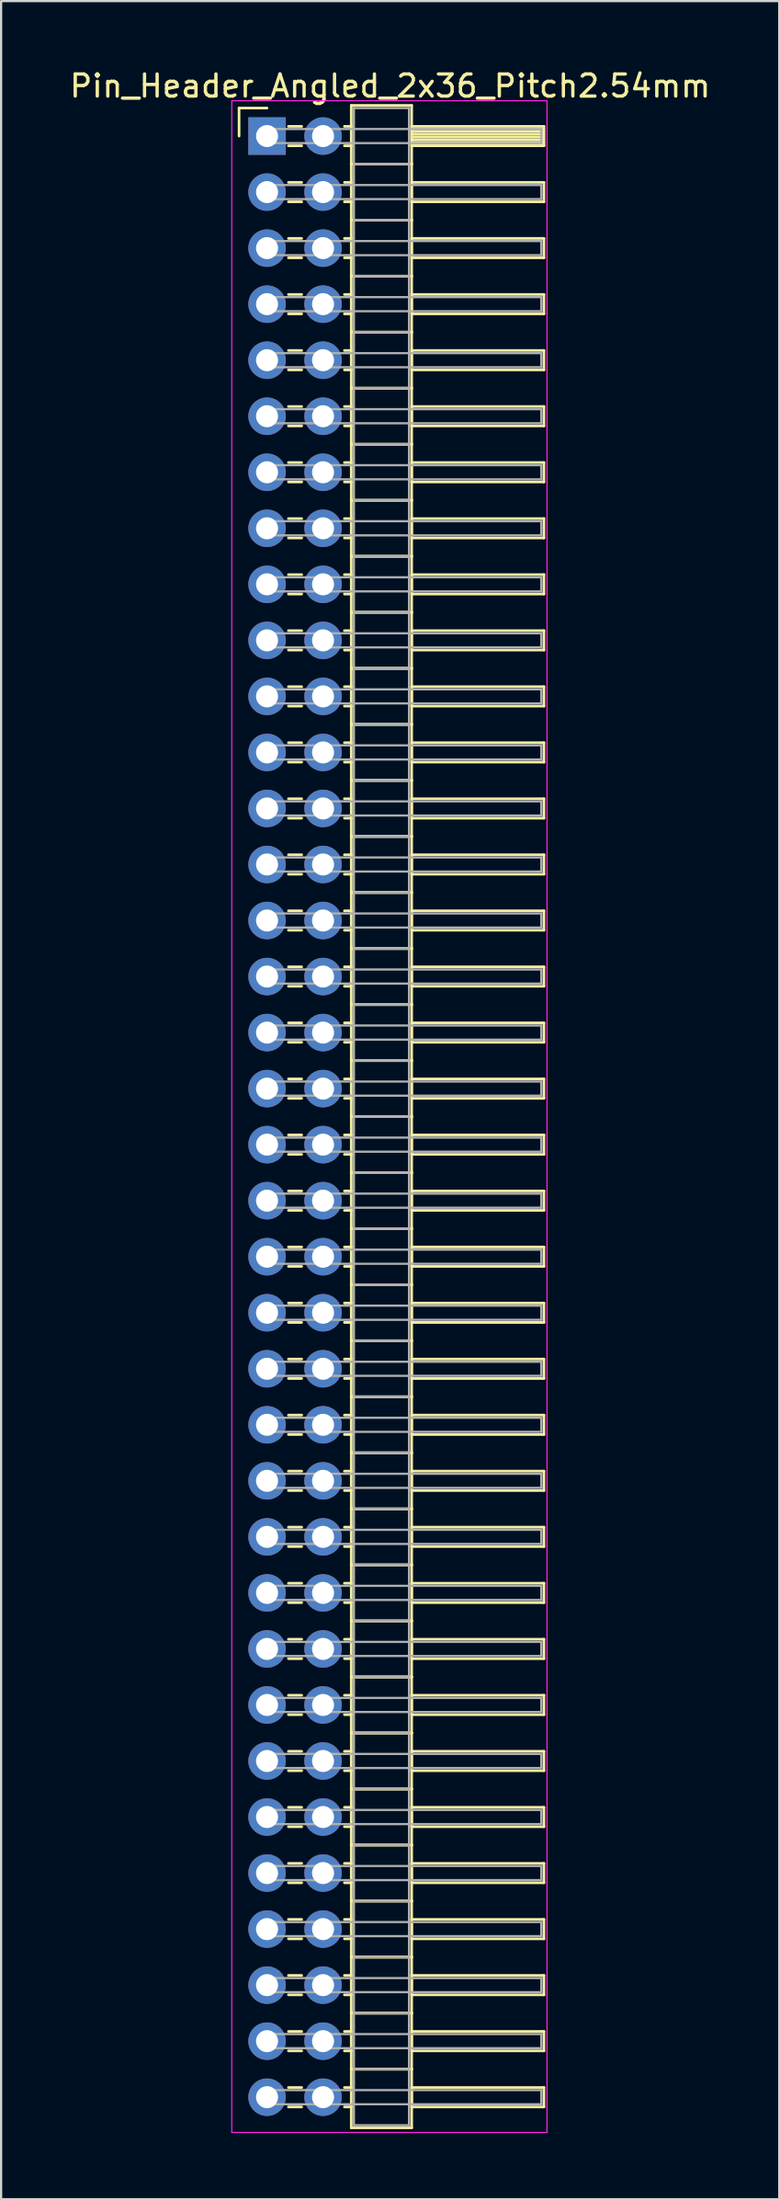
<source format=kicad_pcb>
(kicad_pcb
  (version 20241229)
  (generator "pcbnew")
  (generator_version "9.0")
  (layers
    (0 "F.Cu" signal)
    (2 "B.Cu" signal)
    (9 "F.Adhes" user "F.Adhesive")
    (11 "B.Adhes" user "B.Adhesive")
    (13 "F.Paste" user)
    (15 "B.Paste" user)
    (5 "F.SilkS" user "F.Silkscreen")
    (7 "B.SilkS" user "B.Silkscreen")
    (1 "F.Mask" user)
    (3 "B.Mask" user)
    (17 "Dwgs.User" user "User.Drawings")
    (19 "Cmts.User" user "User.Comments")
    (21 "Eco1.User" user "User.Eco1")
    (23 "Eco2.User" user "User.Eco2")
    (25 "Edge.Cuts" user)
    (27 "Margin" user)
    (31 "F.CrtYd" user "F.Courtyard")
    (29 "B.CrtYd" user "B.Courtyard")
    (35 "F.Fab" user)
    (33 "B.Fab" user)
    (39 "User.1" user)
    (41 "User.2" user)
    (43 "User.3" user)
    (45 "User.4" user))
  (footprint "Pin_Header_Angled_2x36_Pitch2.54mm"
    (layer "F.Cu")
    (at 9.064 3.118)
    (property "Reference" "Pin_Header_Angled_2x36_Pitch2.54mm" (at 5.585 -2.27 0) (layer "F.SilkS") (effects (font (size 1 1) (thickness 0.15))))
    (attr through_hole)
    (fp_line (start -1.27 -1.27) (end 0 -1.27) (stroke (width 0.12) (type solid)) (layer "F.SilkS"))
    (fp_line (start -1.27 0) (end -1.27 -1.27) (stroke (width 0.12) (type solid)) (layer "F.SilkS"))
    (fp_line (start 0.97 -0.44) (end 1.57 -0.44) (stroke (width 0.12) (type solid)) (layer "F.SilkS"))
    (fp_line (start 0.97 0.44) (end 1.57 0.44) (stroke (width 0.12) (type solid)) (layer "F.SilkS"))
    (fp_line (start 0.97 2.1) (end 1.57 2.1) (stroke (width 0.12) (type solid)) (layer "F.SilkS"))
    (fp_line (start 0.97 2.98) (end 1.57 2.98) (stroke (width 0.12) (type solid)) (layer "F.SilkS"))
    (fp_line (start 0.97 4.64) (end 1.57 4.64) (stroke (width 0.12) (type solid)) (layer "F.SilkS"))
    (fp_line (start 0.97 5.52) (end 1.57 5.52) (stroke (width 0.12) (type solid)) (layer "F.SilkS"))
    (fp_line (start 0.97 7.18) (end 1.57 7.18) (stroke (width 0.12) (type solid)) (layer "F.SilkS"))
    (fp_line (start 0.97 8.06) (end 1.57 8.06) (stroke (width 0.12) (type solid)) (layer "F.SilkS"))
    (fp_line (start 0.97 9.72) (end 1.57 9.72) (stroke (width 0.12) (type solid)) (layer "F.SilkS"))
    (fp_line (start 0.97 10.6) (end 1.57 10.6) (stroke (width 0.12) (type solid)) (layer "F.SilkS"))
    (fp_line (start 0.97 12.26) (end 1.57 12.26) (stroke (width 0.12) (type solid)) (layer "F.SilkS"))
    (fp_line (start 0.97 13.14) (end 1.57 13.14) (stroke (width 0.12) (type solid)) (layer "F.SilkS"))
    (fp_line (start 0.97 14.8) (end 1.57 14.8) (stroke (width 0.12) (type solid)) (layer "F.SilkS"))
    (fp_line (start 0.97 15.68) (end 1.57 15.68) (stroke (width 0.12) (type solid)) (layer "F.SilkS"))
    (fp_line (start 0.97 17.34) (end 1.57 17.34) (stroke (width 0.12) (type solid)) (layer "F.SilkS"))
    (fp_line (start 0.97 18.22) (end 1.57 18.22) (stroke (width 0.12) (type solid)) (layer "F.SilkS"))
    (fp_line (start 0.97 19.88) (end 1.57 19.88) (stroke (width 0.12) (type solid)) (layer "F.SilkS"))
    (fp_line (start 0.97 20.76) (end 1.57 20.76) (stroke (width 0.12) (type solid)) (layer "F.SilkS"))
    (fp_line (start 0.97 22.42) (end 1.57 22.42) (stroke (width 0.12) (type solid)) (layer "F.SilkS"))
    (fp_line (start 0.97 23.3) (end 1.57 23.3) (stroke (width 0.12) (type solid)) (layer "F.SilkS"))
    (fp_line (start 0.97 24.96) (end 1.57 24.96) (stroke (width 0.12) (type solid)) (layer "F.SilkS"))
    (fp_line (start 0.97 25.84) (end 1.57 25.84) (stroke (width 0.12) (type solid)) (layer "F.SilkS"))
    (fp_line (start 0.97 27.5) (end 1.57 27.5) (stroke (width 0.12) (type solid)) (layer "F.SilkS"))
    (fp_line (start 0.97 28.38) (end 1.57 28.38) (stroke (width 0.12) (type solid)) (layer "F.SilkS"))
    (fp_line (start 0.97 30.04) (end 1.57 30.04) (stroke (width 0.12) (type solid)) (layer "F.SilkS"))
    (fp_line (start 0.97 30.92) (end 1.57 30.92) (stroke (width 0.12) (type solid)) (layer "F.SilkS"))
    (fp_line (start 0.97 32.58) (end 1.57 32.58) (stroke (width 0.12) (type solid)) (layer "F.SilkS"))
    (fp_line (start 0.97 33.46) (end 1.57 33.46) (stroke (width 0.12) (type solid)) (layer "F.SilkS"))
    (fp_line (start 0.97 35.12) (end 1.57 35.12) (stroke (width 0.12) (type solid)) (layer "F.SilkS"))
    (fp_line (start 0.97 36) (end 1.57 36) (stroke (width 0.12) (type solid)) (layer "F.SilkS"))
    (fp_line (start 0.97 37.66) (end 1.57 37.66) (stroke (width 0.12) (type solid)) (layer "F.SilkS"))
    (fp_line (start 0.97 38.54) (end 1.57 38.54) (stroke (width 0.12) (type solid)) (layer "F.SilkS"))
    (fp_line (start 0.97 40.2) (end 1.57 40.2) (stroke (width 0.12) (type solid)) (layer "F.SilkS"))
    (fp_line (start 0.97 41.08) (end 1.57 41.08) (stroke (width 0.12) (type solid)) (layer "F.SilkS"))
    (fp_line (start 0.97 42.74) (end 1.57 42.74) (stroke (width 0.12) (type solid)) (layer "F.SilkS"))
    (fp_line (start 0.97 43.62) (end 1.57 43.62) (stroke (width 0.12) (type solid)) (layer "F.SilkS"))
    (fp_line (start 0.97 45.28) (end 1.57 45.28) (stroke (width 0.12) (type solid)) (layer "F.SilkS"))
    (fp_line (start 0.97 46.16) (end 1.57 46.16) (stroke (width 0.12) (type solid)) (layer "F.SilkS"))
    (fp_line (start 0.97 47.82) (end 1.57 47.82) (stroke (width 0.12) (type solid)) (layer "F.SilkS"))
    (fp_line (start 0.97 48.7) (end 1.57 48.7) (stroke (width 0.12) (type solid)) (layer "F.SilkS"))
    (fp_line (start 0.97 50.36) (end 1.57 50.36) (stroke (width 0.12) (type solid)) (layer "F.SilkS"))
    (fp_line (start 0.97 51.24) (end 1.57 51.24) (stroke (width 0.12) (type solid)) (layer "F.SilkS"))
    (fp_line (start 0.97 52.9) (end 1.57 52.9) (stroke (width 0.12) (type solid)) (layer "F.SilkS"))
    (fp_line (start 0.97 53.78) (end 1.57 53.78) (stroke (width 0.12) (type solid)) (layer "F.SilkS"))
    (fp_line (start 0.97 55.44) (end 1.57 55.44) (stroke (width 0.12) (type solid)) (layer "F.SilkS"))
    (fp_line (start 0.97 56.32) (end 1.57 56.32) (stroke (width 0.12) (type solid)) (layer "F.SilkS"))
    (fp_line (start 0.97 57.98) (end 1.57 57.98) (stroke (width 0.12) (type solid)) (layer "F.SilkS"))
    (fp_line (start 0.97 58.86) (end 1.57 58.86) (stroke (width 0.12) (type solid)) (layer "F.SilkS"))
    (fp_line (start 0.97 60.52) (end 1.57 60.52) (stroke (width 0.12) (type solid)) (layer "F.SilkS"))
    (fp_line (start 0.97 61.4) (end 1.57 61.4) (stroke (width 0.12) (type solid)) (layer "F.SilkS"))
    (fp_line (start 0.97 63.06) (end 1.57 63.06) (stroke (width 0.12) (type solid)) (layer "F.SilkS"))
    (fp_line (start 0.97 63.94) (end 1.57 63.94) (stroke (width 0.12) (type solid)) (layer "F.SilkS"))
    (fp_line (start 0.97 65.6) (end 1.57 65.6) (stroke (width 0.12) (type solid)) (layer "F.SilkS"))
    (fp_line (start 0.97 66.48) (end 1.57 66.48) (stroke (width 0.12) (type solid)) (layer "F.SilkS"))
    (fp_line (start 0.97 68.14) (end 1.57 68.14) (stroke (width 0.12) (type solid)) (layer "F.SilkS"))
    (fp_line (start 0.97 69.02) (end 1.57 69.02) (stroke (width 0.12) (type solid)) (layer "F.SilkS"))
    (fp_line (start 0.97 70.68) (end 1.57 70.68) (stroke (width 0.12) (type solid)) (layer "F.SilkS"))
    (fp_line (start 0.97 71.56) (end 1.57 71.56) (stroke (width 0.12) (type solid)) (layer "F.SilkS"))
    (fp_line (start 0.97 73.22) (end 1.57 73.22) (stroke (width 0.12) (type solid)) (layer "F.SilkS"))
    (fp_line (start 0.97 74.1) (end 1.57 74.1) (stroke (width 0.12) (type solid)) (layer "F.SilkS"))
    (fp_line (start 0.97 75.76) (end 1.57 75.76) (stroke (width 0.12) (type solid)) (layer "F.SilkS"))
    (fp_line (start 0.97 76.64) (end 1.57 76.64) (stroke (width 0.12) (type solid)) (layer "F.SilkS"))
    (fp_line (start 0.97 78.3) (end 1.57 78.3) (stroke (width 0.12) (type solid)) (layer "F.SilkS"))
    (fp_line (start 0.97 79.18) (end 1.57 79.18) (stroke (width 0.12) (type solid)) (layer "F.SilkS"))
    (fp_line (start 0.97 80.84) (end 1.57 80.84) (stroke (width 0.12) (type solid)) (layer "F.SilkS"))
    (fp_line (start 0.97 81.72) (end 1.57 81.72) (stroke (width 0.12) (type solid)) (layer "F.SilkS"))
    (fp_line (start 0.97 83.38) (end 1.57 83.38) (stroke (width 0.12) (type solid)) (layer "F.SilkS"))
    (fp_line (start 0.97 84.26) (end 1.57 84.26) (stroke (width 0.12) (type solid)) (layer "F.SilkS"))
    (fp_line (start 0.97 85.92) (end 1.57 85.92) (stroke (width 0.12) (type solid)) (layer "F.SilkS"))
    (fp_line (start 0.97 86.8) (end 1.57 86.8) (stroke (width 0.12) (type solid)) (layer "F.SilkS"))
    (fp_line (start 0.97 88.46) (end 1.57 88.46) (stroke (width 0.12) (type solid)) (layer "F.SilkS"))
    (fp_line (start 0.97 89.34) (end 1.57 89.34) (stroke (width 0.12) (type solid)) (layer "F.SilkS"))
    (fp_line (start 3.51 -0.44) (end 3.82 -0.44) (stroke (width 0.12) (type solid)) (layer "F.SilkS"))
    (fp_line (start 3.51 0.44) (end 3.82 0.44) (stroke (width 0.12) (type solid)) (layer "F.SilkS"))
    (fp_line (start 3.51 2.1) (end 3.82 2.1) (stroke (width 0.12) (type solid)) (layer "F.SilkS"))
    (fp_line (start 3.51 2.98) (end 3.82 2.98) (stroke (width 0.12) (type solid)) (layer "F.SilkS"))
    (fp_line (start 3.51 4.64) (end 3.82 4.64) (stroke (width 0.12) (type solid)) (layer "F.SilkS"))
    (fp_line (start 3.51 5.52) (end 3.82 5.52) (stroke (width 0.12) (type solid)) (layer "F.SilkS"))
    (fp_line (start 3.51 7.18) (end 3.82 7.18) (stroke (width 0.12) (type solid)) (layer "F.SilkS"))
    (fp_line (start 3.51 8.06) (end 3.82 8.06) (stroke (width 0.12) (type solid)) (layer "F.SilkS"))
    (fp_line (start 3.51 9.72) (end 3.82 9.72) (stroke (width 0.12) (type solid)) (layer "F.SilkS"))
    (fp_line (start 3.51 10.6) (end 3.82 10.6) (stroke (width 0.12) (type solid)) (layer "F.SilkS"))
    (fp_line (start 3.51 12.26) (end 3.82 12.26) (stroke (width 0.12) (type solid)) (layer "F.SilkS"))
    (fp_line (start 3.51 13.14) (end 3.82 13.14) (stroke (width 0.12) (type solid)) (layer "F.SilkS"))
    (fp_line (start 3.51 14.8) (end 3.82 14.8) (stroke (width 0.12) (type solid)) (layer "F.SilkS"))
    (fp_line (start 3.51 15.68) (end 3.82 15.68) (stroke (width 0.12) (type solid)) (layer "F.SilkS"))
    (fp_line (start 3.51 17.34) (end 3.82 17.34) (stroke (width 0.12) (type solid)) (layer "F.SilkS"))
    (fp_line (start 3.51 18.22) (end 3.82 18.22) (stroke (width 0.12) (type solid)) (layer "F.SilkS"))
    (fp_line (start 3.51 19.88) (end 3.82 19.88) (stroke (width 0.12) (type solid)) (layer "F.SilkS"))
    (fp_line (start 3.51 20.76) (end 3.82 20.76) (stroke (width 0.12) (type solid)) (layer "F.SilkS"))
    (fp_line (start 3.51 22.42) (end 3.82 22.42) (stroke (width 0.12) (type solid)) (layer "F.SilkS"))
    (fp_line (start 3.51 23.3) (end 3.82 23.3) (stroke (width 0.12) (type solid)) (layer "F.SilkS"))
    (fp_line (start 3.51 24.96) (end 3.82 24.96) (stroke (width 0.12) (type solid)) (layer "F.SilkS"))
    (fp_line (start 3.51 25.84) (end 3.82 25.84) (stroke (width 0.12) (type solid)) (layer "F.SilkS"))
    (fp_line (start 3.51 27.5) (end 3.82 27.5) (stroke (width 0.12) (type solid)) (layer "F.SilkS"))
    (fp_line (start 3.51 28.38) (end 3.82 28.38) (stroke (width 0.12) (type solid)) (layer "F.SilkS"))
    (fp_line (start 3.51 30.04) (end 3.82 30.04) (stroke (width 0.12) (type solid)) (layer "F.SilkS"))
    (fp_line (start 3.51 30.92) (end 3.82 30.92) (stroke (width 0.12) (type solid)) (layer "F.SilkS"))
    (fp_line (start 3.51 32.58) (end 3.82 32.58) (stroke (width 0.12) (type solid)) (layer "F.SilkS"))
    (fp_line (start 3.51 33.46) (end 3.82 33.46) (stroke (width 0.12) (type solid)) (layer "F.SilkS"))
    (fp_line (start 3.51 35.12) (end 3.82 35.12) (stroke (width 0.12) (type solid)) (layer "F.SilkS"))
    (fp_line (start 3.51 36) (end 3.82 36) (stroke (width 0.12) (type solid)) (layer "F.SilkS"))
    (fp_line (start 3.51 37.66) (end 3.82 37.66) (stroke (width 0.12) (type solid)) (layer "F.SilkS"))
    (fp_line (start 3.51 38.54) (end 3.82 38.54) (stroke (width 0.12) (type solid)) (layer "F.SilkS"))
    (fp_line (start 3.51 40.2) (end 3.82 40.2) (stroke (width 0.12) (type solid)) (layer "F.SilkS"))
    (fp_line (start 3.51 41.08) (end 3.82 41.08) (stroke (width 0.12) (type solid)) (layer "F.SilkS"))
    (fp_line (start 3.51 42.74) (end 3.82 42.74) (stroke (width 0.12) (type solid)) (layer "F.SilkS"))
    (fp_line (start 3.51 43.62) (end 3.82 43.62) (stroke (width 0.12) (type solid)) (layer "F.SilkS"))
    (fp_line (start 3.51 45.28) (end 3.82 45.28) (stroke (width 0.12) (type solid)) (layer "F.SilkS"))
    (fp_line (start 3.51 46.16) (end 3.82 46.16) (stroke (width 0.12) (type solid)) (layer "F.SilkS"))
    (fp_line (start 3.51 47.82) (end 3.82 47.82) (stroke (width 0.12) (type solid)) (layer "F.SilkS"))
    (fp_line (start 3.51 48.7) (end 3.82 48.7) (stroke (width 0.12) (type solid)) (layer "F.SilkS"))
    (fp_line (start 3.51 50.36) (end 3.82 50.36) (stroke (width 0.12) (type solid)) (layer "F.SilkS"))
    (fp_line (start 3.51 51.24) (end 3.82 51.24) (stroke (width 0.12) (type solid)) (layer "F.SilkS"))
    (fp_line (start 3.51 52.9) (end 3.82 52.9) (stroke (width 0.12) (type solid)) (layer "F.SilkS"))
    (fp_line (start 3.51 53.78) (end 3.82 53.78) (stroke (width 0.12) (type solid)) (layer "F.SilkS"))
    (fp_line (start 3.51 55.44) (end 3.82 55.44) (stroke (width 0.12) (type solid)) (layer "F.SilkS"))
    (fp_line (start 3.51 56.32) (end 3.82 56.32) (stroke (width 0.12) (type solid)) (layer "F.SilkS"))
    (fp_line (start 3.51 57.98) (end 3.82 57.98) (stroke (width 0.12) (type solid)) (layer "F.SilkS"))
    (fp_line (start 3.51 58.86) (end 3.82 58.86) (stroke (width 0.12) (type solid)) (layer "F.SilkS"))
    (fp_line (start 3.51 60.52) (end 3.82 60.52) (stroke (width 0.12) (type solid)) (layer "F.SilkS"))
    (fp_line (start 3.51 61.4) (end 3.82 61.4) (stroke (width 0.12) (type solid)) (layer "F.SilkS"))
    (fp_line (start 3.51 63.06) (end 3.82 63.06) (stroke (width 0.12) (type solid)) (layer "F.SilkS"))
    (fp_line (start 3.51 63.94) (end 3.82 63.94) (stroke (width 0.12) (type solid)) (layer "F.SilkS"))
    (fp_line (start 3.51 65.6) (end 3.82 65.6) (stroke (width 0.12) (type solid)) (layer "F.SilkS"))
    (fp_line (start 3.51 66.48) (end 3.82 66.48) (stroke (width 0.12) (type solid)) (layer "F.SilkS"))
    (fp_line (start 3.51 68.14) (end 3.82 68.14) (stroke (width 0.12) (type solid)) (layer "F.SilkS"))
    (fp_line (start 3.51 69.02) (end 3.82 69.02) (stroke (width 0.12) (type solid)) (layer "F.SilkS"))
    (fp_line (start 3.51 70.68) (end 3.82 70.68) (stroke (width 0.12) (type solid)) (layer "F.SilkS"))
    (fp_line (start 3.51 71.56) (end 3.82 71.56) (stroke (width 0.12) (type solid)) (layer "F.SilkS"))
    (fp_line (start 3.51 73.22) (end 3.82 73.22) (stroke (width 0.12) (type solid)) (layer "F.SilkS"))
    (fp_line (start 3.51 74.1) (end 3.82 74.1) (stroke (width 0.12) (type solid)) (layer "F.SilkS"))
    (fp_line (start 3.51 75.76) (end 3.82 75.76) (stroke (width 0.12) (type solid)) (layer "F.SilkS"))
    (fp_line (start 3.51 76.64) (end 3.82 76.64) (stroke (width 0.12) (type solid)) (layer "F.SilkS"))
    (fp_line (start 3.51 78.3) (end 3.82 78.3) (stroke (width 0.12) (type solid)) (layer "F.SilkS"))
    (fp_line (start 3.51 79.18) (end 3.82 79.18) (stroke (width 0.12) (type solid)) (layer "F.SilkS"))
    (fp_line (start 3.51 80.84) (end 3.82 80.84) (stroke (width 0.12) (type solid)) (layer "F.SilkS"))
    (fp_line (start 3.51 81.72) (end 3.82 81.72) (stroke (width 0.12) (type solid)) (layer "F.SilkS"))
    (fp_line (start 3.51 83.38) (end 3.82 83.38) (stroke (width 0.12) (type solid)) (layer "F.SilkS"))
    (fp_line (start 3.51 84.26) (end 3.82 84.26) (stroke (width 0.12) (type solid)) (layer "F.SilkS"))
    (fp_line (start 3.51 85.92) (end 3.82 85.92) (stroke (width 0.12) (type solid)) (layer "F.SilkS"))
    (fp_line (start 3.51 86.8) (end 3.82 86.8) (stroke (width 0.12) (type solid)) (layer "F.SilkS"))
    (fp_line (start 3.51 88.46) (end 3.82 88.46) (stroke (width 0.12) (type solid)) (layer "F.SilkS"))
    (fp_line (start 3.51 89.34) (end 3.82 89.34) (stroke (width 0.12) (type solid)) (layer "F.SilkS"))
    (fp_line (start 3.82 -1.39) (end 3.82 1.27) (stroke (width 0.12) (type solid)) (layer "F.SilkS"))
    (fp_line (start 3.82 1.27) (end 3.82 3.81) (stroke (width 0.12) (type solid)) (layer "F.SilkS"))
    (fp_line (start 3.82 1.27) (end 6.56 1.27) (stroke (width 0.12) (type solid)) (layer "F.SilkS"))
    (fp_line (start 3.82 3.81) (end 3.82 6.35) (stroke (width 0.12) (type solid)) (layer "F.SilkS"))
    (fp_line (start 3.82 3.81) (end 6.56 3.81) (stroke (width 0.12) (type solid)) (layer "F.SilkS"))
    (fp_line (start 3.82 6.35) (end 3.82 8.89) (stroke (width 0.12) (type solid)) (layer "F.SilkS"))
    (fp_line (start 3.82 6.35) (end 6.56 6.35) (stroke (width 0.12) (type solid)) (layer "F.SilkS"))
    (fp_line (start 3.82 8.89) (end 3.82 11.43) (stroke (width 0.12) (type solid)) (layer "F.SilkS"))
    (fp_line (start 3.82 8.89) (end 6.56 8.89) (stroke (width 0.12) (type solid)) (layer "F.SilkS"))
    (fp_line (start 3.82 11.43) (end 3.82 13.97) (stroke (width 0.12) (type solid)) (layer "F.SilkS"))
    (fp_line (start 3.82 11.43) (end 6.56 11.43) (stroke (width 0.12) (type solid)) (layer "F.SilkS"))
    (fp_line (start 3.82 13.97) (end 3.82 16.51) (stroke (width 0.12) (type solid)) (layer "F.SilkS"))
    (fp_line (start 3.82 13.97) (end 6.56 13.97) (stroke (width 0.12) (type solid)) (layer "F.SilkS"))
    (fp_line (start 3.82 16.51) (end 3.82 19.05) (stroke (width 0.12) (type solid)) (layer "F.SilkS"))
    (fp_line (start 3.82 16.51) (end 6.56 16.51) (stroke (width 0.12) (type solid)) (layer "F.SilkS"))
    (fp_line (start 3.82 19.05) (end 3.82 21.59) (stroke (width 0.12) (type solid)) (layer "F.SilkS"))
    (fp_line (start 3.82 19.05) (end 6.56 19.05) (stroke (width 0.12) (type solid)) (layer "F.SilkS"))
    (fp_line (start 3.82 21.59) (end 3.82 24.13) (stroke (width 0.12) (type solid)) (layer "F.SilkS"))
    (fp_line (start 3.82 21.59) (end 6.56 21.59) (stroke (width 0.12) (type solid)) (layer "F.SilkS"))
    (fp_line (start 3.82 24.13) (end 3.82 26.67) (stroke (width 0.12) (type solid)) (layer "F.SilkS"))
    (fp_line (start 3.82 24.13) (end 6.56 24.13) (stroke (width 0.12) (type solid)) (layer "F.SilkS"))
    (fp_line (start 3.82 26.67) (end 3.82 29.21) (stroke (width 0.12) (type solid)) (layer "F.SilkS"))
    (fp_line (start 3.82 26.67) (end 6.56 26.67) (stroke (width 0.12) (type solid)) (layer "F.SilkS"))
    (fp_line (start 3.82 29.21) (end 3.82 31.75) (stroke (width 0.12) (type solid)) (layer "F.SilkS"))
    (fp_line (start 3.82 29.21) (end 6.56 29.21) (stroke (width 0.12) (type solid)) (layer "F.SilkS"))
    (fp_line (start 3.82 31.75) (end 3.82 34.29) (stroke (width 0.12) (type solid)) (layer "F.SilkS"))
    (fp_line (start 3.82 31.75) (end 6.56 31.75) (stroke (width 0.12) (type solid)) (layer "F.SilkS"))
    (fp_line (start 3.82 34.29) (end 3.82 36.83) (stroke (width 0.12) (type solid)) (layer "F.SilkS"))
    (fp_line (start 3.82 34.29) (end 6.56 34.29) (stroke (width 0.12) (type solid)) (layer "F.SilkS"))
    (fp_line (start 3.82 36.83) (end 3.82 39.37) (stroke (width 0.12) (type solid)) (layer "F.SilkS"))
    (fp_line (start 3.82 36.83) (end 6.56 36.83) (stroke (width 0.12) (type solid)) (layer "F.SilkS"))
    (fp_line (start 3.82 39.37) (end 3.82 41.91) (stroke (width 0.12) (type solid)) (layer "F.SilkS"))
    (fp_line (start 3.82 39.37) (end 6.56 39.37) (stroke (width 0.12) (type solid)) (layer "F.SilkS"))
    (fp_line (start 3.82 41.91) (end 3.82 44.45) (stroke (width 0.12) (type solid)) (layer "F.SilkS"))
    (fp_line (start 3.82 41.91) (end 6.56 41.91) (stroke (width 0.12) (type solid)) (layer "F.SilkS"))
    (fp_line (start 3.82 44.45) (end 3.82 46.99) (stroke (width 0.12) (type solid)) (layer "F.SilkS"))
    (fp_line (start 3.82 44.45) (end 6.56 44.45) (stroke (width 0.12) (type solid)) (layer "F.SilkS"))
    (fp_line (start 3.82 46.99) (end 3.82 49.53) (stroke (width 0.12) (type solid)) (layer "F.SilkS"))
    (fp_line (start 3.82 46.99) (end 6.56 46.99) (stroke (width 0.12) (type solid)) (layer "F.SilkS"))
    (fp_line (start 3.82 49.53) (end 3.82 52.07) (stroke (width 0.12) (type solid)) (layer "F.SilkS"))
    (fp_line (start 3.82 49.53) (end 6.56 49.53) (stroke (width 0.12) (type solid)) (layer "F.SilkS"))
    (fp_line (start 3.82 52.07) (end 3.82 54.61) (stroke (width 0.12) (type solid)) (layer "F.SilkS"))
    (fp_line (start 3.82 52.07) (end 6.56 52.07) (stroke (width 0.12) (type solid)) (layer "F.SilkS"))
    (fp_line (start 3.82 54.61) (end 3.82 57.15) (stroke (width 0.12) (type solid)) (layer "F.SilkS"))
    (fp_line (start 3.82 54.61) (end 6.56 54.61) (stroke (width 0.12) (type solid)) (layer "F.SilkS"))
    (fp_line (start 3.82 57.15) (end 3.82 59.69) (stroke (width 0.12) (type solid)) (layer "F.SilkS"))
    (fp_line (start 3.82 57.15) (end 6.56 57.15) (stroke (width 0.12) (type solid)) (layer "F.SilkS"))
    (fp_line (start 3.82 59.69) (end 3.82 62.23) (stroke (width 0.12) (type solid)) (layer "F.SilkS"))
    (fp_line (start 3.82 59.69) (end 6.56 59.69) (stroke (width 0.12) (type solid)) (layer "F.SilkS"))
    (fp_line (start 3.82 62.23) (end 3.82 64.77) (stroke (width 0.12) (type solid)) (layer "F.SilkS"))
    (fp_line (start 3.82 62.23) (end 6.56 62.23) (stroke (width 0.12) (type solid)) (layer "F.SilkS"))
    (fp_line (start 3.82 64.77) (end 3.82 67.31) (stroke (width 0.12) (type solid)) (layer "F.SilkS"))
    (fp_line (start 3.82 64.77) (end 6.56 64.77) (stroke (width 0.12) (type solid)) (layer "F.SilkS"))
    (fp_line (start 3.82 67.31) (end 3.82 69.85) (stroke (width 0.12) (type solid)) (layer "F.SilkS"))
    (fp_line (start 3.82 67.31) (end 6.56 67.31) (stroke (width 0.12) (type solid)) (layer "F.SilkS"))
    (fp_line (start 3.82 69.85) (end 3.82 72.39) (stroke (width 0.12) (type solid)) (layer "F.SilkS"))
    (fp_line (start 3.82 69.85) (end 6.56 69.85) (stroke (width 0.12) (type solid)) (layer "F.SilkS"))
    (fp_line (start 3.82 72.39) (end 3.82 74.93) (stroke (width 0.12) (type solid)) (layer "F.SilkS"))
    (fp_line (start 3.82 72.39) (end 6.56 72.39) (stroke (width 0.12) (type solid)) (layer "F.SilkS"))
    (fp_line (start 3.82 74.93) (end 3.82 77.47) (stroke (width 0.12) (type solid)) (layer "F.SilkS"))
    (fp_line (start 3.82 74.93) (end 6.56 74.93) (stroke (width 0.12) (type solid)) (layer "F.SilkS"))
    (fp_line (start 3.82 77.47) (end 3.82 80.01) (stroke (width 0.12) (type solid)) (layer "F.SilkS"))
    (fp_line (start 3.82 77.47) (end 6.56 77.47) (stroke (width 0.12) (type solid)) (layer "F.SilkS"))
    (fp_line (start 3.82 80.01) (end 3.82 82.55) (stroke (width 0.12) (type solid)) (layer "F.SilkS"))
    (fp_line (start 3.82 80.01) (end 6.56 80.01) (stroke (width 0.12) (type solid)) (layer "F.SilkS"))
    (fp_line (start 3.82 82.55) (end 3.82 85.09) (stroke (width 0.12) (type solid)) (layer "F.SilkS"))
    (fp_line (start 3.82 82.55) (end 6.56 82.55) (stroke (width 0.12) (type solid)) (layer "F.SilkS"))
    (fp_line (start 3.82 85.09) (end 3.82 87.63) (stroke (width 0.12) (type solid)) (layer "F.SilkS"))
    (fp_line (start 3.82 85.09) (end 6.56 85.09) (stroke (width 0.12) (type solid)) (layer "F.SilkS"))
    (fp_line (start 3.82 87.63) (end 3.82 90.29) (stroke (width 0.12) (type solid)) (layer "F.SilkS"))
    (fp_line (start 3.82 87.63) (end 6.56 87.63) (stroke (width 0.12) (type solid)) (layer "F.SilkS"))
    (fp_line (start 3.82 90.29) (end 6.56 90.29) (stroke (width 0.12) (type solid)) (layer "F.SilkS"))
    (fp_line (start 6.56 -1.39) (end 3.82 -1.39) (stroke (width 0.12) (type solid)) (layer "F.SilkS"))
    (fp_line (start 6.56 -0.44) (end 6.56 0.44) (stroke (width 0.12) (type solid)) (layer "F.SilkS"))
    (fp_line (start 6.56 -0.32) (end 12.56 -0.32) (stroke (width 0.12) (type solid)) (layer "F.SilkS"))
    (fp_line (start 6.56 -0.2) (end 12.56 -0.2) (stroke (width 0.12) (type solid)) (layer "F.SilkS"))
    (fp_line (start 6.56 -0.08) (end 12.56 -0.08) (stroke (width 0.12) (type solid)) (layer "F.SilkS"))
    (fp_line (start 6.56 0.04) (end 12.56 0.04) (stroke (width 0.12) (type solid)) (layer "F.SilkS"))
    (fp_line (start 6.56 0.16) (end 12.56 0.16) (stroke (width 0.12) (type solid)) (layer "F.SilkS"))
    (fp_line (start 6.56 0.28) (end 12.56 0.28) (stroke (width 0.12) (type solid)) (layer "F.SilkS"))
    (fp_line (start 6.56 0.4) (end 12.56 0.4) (stroke (width 0.12) (type solid)) (layer "F.SilkS"))
    (fp_line (start 6.56 0.44) (end 12.56 0.44) (stroke (width 0.12) (type solid)) (layer "F.SilkS"))
    (fp_line (start 6.56 1.27) (end 3.82 1.27) (stroke (width 0.12) (type solid)) (layer "F.SilkS"))
    (fp_line (start 6.56 1.27) (end 6.56 -1.39) (stroke (width 0.12) (type solid)) (layer "F.SilkS"))
    (fp_line (start 6.56 2.1) (end 6.56 2.98) (stroke (width 0.12) (type solid)) (layer "F.SilkS"))
    (fp_line (start 6.56 2.98) (end 12.56 2.98) (stroke (width 0.12) (type solid)) (layer "F.SilkS"))
    (fp_line (start 6.56 3.81) (end 3.82 3.81) (stroke (width 0.12) (type solid)) (layer "F.SilkS"))
    (fp_line (start 6.56 3.81) (end 6.56 1.27) (stroke (width 0.12) (type solid)) (layer "F.SilkS"))
    (fp_line (start 6.56 4.64) (end 6.56 5.52) (stroke (width 0.12) (type solid)) (layer "F.SilkS"))
    (fp_line (start 6.56 5.52) (end 12.56 5.52) (stroke (width 0.12) (type solid)) (layer "F.SilkS"))
    (fp_line (start 6.56 6.35) (end 3.82 6.35) (stroke (width 0.12) (type solid)) (layer "F.SilkS"))
    (fp_line (start 6.56 6.35) (end 6.56 3.81) (stroke (width 0.12) (type solid)) (layer "F.SilkS"))
    (fp_line (start 6.56 7.18) (end 6.56 8.06) (stroke (width 0.12) (type solid)) (layer "F.SilkS"))
    (fp_line (start 6.56 8.06) (end 12.56 8.06) (stroke (width 0.12) (type solid)) (layer "F.SilkS"))
    (fp_line (start 6.56 8.89) (end 3.82 8.89) (stroke (width 0.12) (type solid)) (layer "F.SilkS"))
    (fp_line (start 6.56 8.89) (end 6.56 6.35) (stroke (width 0.12) (type solid)) (layer "F.SilkS"))
    (fp_line (start 6.56 9.72) (end 6.56 10.6) (stroke (width 0.12) (type solid)) (layer "F.SilkS"))
    (fp_line (start 6.56 10.6) (end 12.56 10.6) (stroke (width 0.12) (type solid)) (layer "F.SilkS"))
    (fp_line (start 6.56 11.43) (end 3.82 11.43) (stroke (width 0.12) (type solid)) (layer "F.SilkS"))
    (fp_line (start 6.56 11.43) (end 6.56 8.89) (stroke (width 0.12) (type solid)) (layer "F.SilkS"))
    (fp_line (start 6.56 12.26) (end 6.56 13.14) (stroke (width 0.12) (type solid)) (layer "F.SilkS"))
    (fp_line (start 6.56 13.14) (end 12.56 13.14) (stroke (width 0.12) (type solid)) (layer "F.SilkS"))
    (fp_line (start 6.56 13.97) (end 3.82 13.97) (stroke (width 0.12) (type solid)) (layer "F.SilkS"))
    (fp_line (start 6.56 13.97) (end 6.56 11.43) (stroke (width 0.12) (type solid)) (layer "F.SilkS"))
    (fp_line (start 6.56 14.8) (end 6.56 15.68) (stroke (width 0.12) (type solid)) (layer "F.SilkS"))
    (fp_line (start 6.56 15.68) (end 12.56 15.68) (stroke (width 0.12) (type solid)) (layer "F.SilkS"))
    (fp_line (start 6.56 16.51) (end 3.82 16.51) (stroke (width 0.12) (type solid)) (layer "F.SilkS"))
    (fp_line (start 6.56 16.51) (end 6.56 13.97) (stroke (width 0.12) (type solid)) (layer "F.SilkS"))
    (fp_line (start 6.56 17.34) (end 6.56 18.22) (stroke (width 0.12) (type solid)) (layer "F.SilkS"))
    (fp_line (start 6.56 18.22) (end 12.56 18.22) (stroke (width 0.12) (type solid)) (layer "F.SilkS"))
    (fp_line (start 6.56 19.05) (end 3.82 19.05) (stroke (width 0.12) (type solid)) (layer "F.SilkS"))
    (fp_line (start 6.56 19.05) (end 6.56 16.51) (stroke (width 0.12) (type solid)) (layer "F.SilkS"))
    (fp_line (start 6.56 19.88) (end 6.56 20.76) (stroke (width 0.12) (type solid)) (layer "F.SilkS"))
    (fp_line (start 6.56 20.76) (end 12.56 20.76) (stroke (width 0.12) (type solid)) (layer "F.SilkS"))
    (fp_line (start 6.56 21.59) (end 3.82 21.59) (stroke (width 0.12) (type solid)) (layer "F.SilkS"))
    (fp_line (start 6.56 21.59) (end 6.56 19.05) (stroke (width 0.12) (type solid)) (layer "F.SilkS"))
    (fp_line (start 6.56 22.42) (end 6.56 23.3) (stroke (width 0.12) (type solid)) (layer "F.SilkS"))
    (fp_line (start 6.56 23.3) (end 12.56 23.3) (stroke (width 0.12) (type solid)) (layer "F.SilkS"))
    (fp_line (start 6.56 24.13) (end 3.82 24.13) (stroke (width 0.12) (type solid)) (layer "F.SilkS"))
    (fp_line (start 6.56 24.13) (end 6.56 21.59) (stroke (width 0.12) (type solid)) (layer "F.SilkS"))
    (fp_line (start 6.56 24.96) (end 6.56 25.84) (stroke (width 0.12) (type solid)) (layer "F.SilkS"))
    (fp_line (start 6.56 25.84) (end 12.56 25.84) (stroke (width 0.12) (type solid)) (layer "F.SilkS"))
    (fp_line (start 6.56 26.67) (end 3.82 26.67) (stroke (width 0.12) (type solid)) (layer "F.SilkS"))
    (fp_line (start 6.56 26.67) (end 6.56 24.13) (stroke (width 0.12) (type solid)) (layer "F.SilkS"))
    (fp_line (start 6.56 27.5) (end 6.56 28.38) (stroke (width 0.12) (type solid)) (layer "F.SilkS"))
    (fp_line (start 6.56 28.38) (end 12.56 28.38) (stroke (width 0.12) (type solid)) (layer "F.SilkS"))
    (fp_line (start 6.56 29.21) (end 3.82 29.21) (stroke (width 0.12) (type solid)) (layer "F.SilkS"))
    (fp_line (start 6.56 29.21) (end 6.56 26.67) (stroke (width 0.12) (type solid)) (layer "F.SilkS"))
    (fp_line (start 6.56 30.04) (end 6.56 30.92) (stroke (width 0.12) (type solid)) (layer "F.SilkS"))
    (fp_line (start 6.56 30.92) (end 12.56 30.92) (stroke (width 0.12) (type solid)) (layer "F.SilkS"))
    (fp_line (start 6.56 31.75) (end 3.82 31.75) (stroke (width 0.12) (type solid)) (layer "F.SilkS"))
    (fp_line (start 6.56 31.75) (end 6.56 29.21) (stroke (width 0.12) (type solid)) (layer "F.SilkS"))
    (fp_line (start 6.56 32.58) (end 6.56 33.46) (stroke (width 0.12) (type solid)) (layer "F.SilkS"))
    (fp_line (start 6.56 33.46) (end 12.56 33.46) (stroke (width 0.12) (type solid)) (layer "F.SilkS"))
    (fp_line (start 6.56 34.29) (end 3.82 34.29) (stroke (width 0.12) (type solid)) (layer "F.SilkS"))
    (fp_line (start 6.56 34.29) (end 6.56 31.75) (stroke (width 0.12) (type solid)) (layer "F.SilkS"))
    (fp_line (start 6.56 35.12) (end 6.56 36) (stroke (width 0.12) (type solid)) (layer "F.SilkS"))
    (fp_line (start 6.56 36) (end 12.56 36) (stroke (width 0.12) (type solid)) (layer "F.SilkS"))
    (fp_line (start 6.56 36.83) (end 3.82 36.83) (stroke (width 0.12) (type solid)) (layer "F.SilkS"))
    (fp_line (start 6.56 36.83) (end 6.56 34.29) (stroke (width 0.12) (type solid)) (layer "F.SilkS"))
    (fp_line (start 6.56 37.66) (end 6.56 38.54) (stroke (width 0.12) (type solid)) (layer "F.SilkS"))
    (fp_line (start 6.56 38.54) (end 12.56 38.54) (stroke (width 0.12) (type solid)) (layer "F.SilkS"))
    (fp_line (start 6.56 39.37) (end 3.82 39.37) (stroke (width 0.12) (type solid)) (layer "F.SilkS"))
    (fp_line (start 6.56 39.37) (end 6.56 36.83) (stroke (width 0.12) (type solid)) (layer "F.SilkS"))
    (fp_line (start 6.56 40.2) (end 6.56 41.08) (stroke (width 0.12) (type solid)) (layer "F.SilkS"))
    (fp_line (start 6.56 41.08) (end 12.56 41.08) (stroke (width 0.12) (type solid)) (layer "F.SilkS"))
    (fp_line (start 6.56 41.91) (end 3.82 41.91) (stroke (width 0.12) (type solid)) (layer "F.SilkS"))
    (fp_line (start 6.56 41.91) (end 6.56 39.37) (stroke (width 0.12) (type solid)) (layer "F.SilkS"))
    (fp_line (start 6.56 42.74) (end 6.56 43.62) (stroke (width 0.12) (type solid)) (layer "F.SilkS"))
    (fp_line (start 6.56 43.62) (end 12.56 43.62) (stroke (width 0.12) (type solid)) (layer "F.SilkS"))
    (fp_line (start 6.56 44.45) (end 3.82 44.45) (stroke (width 0.12) (type solid)) (layer "F.SilkS"))
    (fp_line (start 6.56 44.45) (end 6.56 41.91) (stroke (width 0.12) (type solid)) (layer "F.SilkS"))
    (fp_line (start 6.56 45.28) (end 6.56 46.16) (stroke (width 0.12) (type solid)) (layer "F.SilkS"))
    (fp_line (start 6.56 46.16) (end 12.56 46.16) (stroke (width 0.12) (type solid)) (layer "F.SilkS"))
    (fp_line (start 6.56 46.99) (end 3.82 46.99) (stroke (width 0.12) (type solid)) (layer "F.SilkS"))
    (fp_line (start 6.56 46.99) (end 6.56 44.45) (stroke (width 0.12) (type solid)) (layer "F.SilkS"))
    (fp_line (start 6.56 47.82) (end 6.56 48.7) (stroke (width 0.12) (type solid)) (layer "F.SilkS"))
    (fp_line (start 6.56 48.7) (end 12.56 48.7) (stroke (width 0.12) (type solid)) (layer "F.SilkS"))
    (fp_line (start 6.56 49.53) (end 3.82 49.53) (stroke (width 0.12) (type solid)) (layer "F.SilkS"))
    (fp_line (start 6.56 49.53) (end 6.56 46.99) (stroke (width 0.12) (type solid)) (layer "F.SilkS"))
    (fp_line (start 6.56 50.36) (end 6.56 51.24) (stroke (width 0.12) (type solid)) (layer "F.SilkS"))
    (fp_line (start 6.56 51.24) (end 12.56 51.24) (stroke (width 0.12) (type solid)) (layer "F.SilkS"))
    (fp_line (start 6.56 52.07) (end 3.82 52.07) (stroke (width 0.12) (type solid)) (layer "F.SilkS"))
    (fp_line (start 6.56 52.07) (end 6.56 49.53) (stroke (width 0.12) (type solid)) (layer "F.SilkS"))
    (fp_line (start 6.56 52.9) (end 6.56 53.78) (stroke (width 0.12) (type solid)) (layer "F.SilkS"))
    (fp_line (start 6.56 53.78) (end 12.56 53.78) (stroke (width 0.12) (type solid)) (layer "F.SilkS"))
    (fp_line (start 6.56 54.61) (end 3.82 54.61) (stroke (width 0.12) (type solid)) (layer "F.SilkS"))
    (fp_line (start 6.56 54.61) (end 6.56 52.07) (stroke (width 0.12) (type solid)) (layer "F.SilkS"))
    (fp_line (start 6.56 55.44) (end 6.56 56.32) (stroke (width 0.12) (type solid)) (layer "F.SilkS"))
    (fp_line (start 6.56 56.32) (end 12.56 56.32) (stroke (width 0.12) (type solid)) (layer "F.SilkS"))
    (fp_line (start 6.56 57.15) (end 3.82 57.15) (stroke (width 0.12) (type solid)) (layer "F.SilkS"))
    (fp_line (start 6.56 57.15) (end 6.56 54.61) (stroke (width 0.12) (type solid)) (layer "F.SilkS"))
    (fp_line (start 6.56 57.98) (end 6.56 58.86) (stroke (width 0.12) (type solid)) (layer "F.SilkS"))
    (fp_line (start 6.56 58.86) (end 12.56 58.86) (stroke (width 0.12) (type solid)) (layer "F.SilkS"))
    (fp_line (start 6.56 59.69) (end 3.82 59.69) (stroke (width 0.12) (type solid)) (layer "F.SilkS"))
    (fp_line (start 6.56 59.69) (end 6.56 57.15) (stroke (width 0.12) (type solid)) (layer "F.SilkS"))
    (fp_line (start 6.56 60.52) (end 6.56 61.4) (stroke (width 0.12) (type solid)) (layer "F.SilkS"))
    (fp_line (start 6.56 61.4) (end 12.56 61.4) (stroke (width 0.12) (type solid)) (layer "F.SilkS"))
    (fp_line (start 6.56 62.23) (end 3.82 62.23) (stroke (width 0.12) (type solid)) (layer "F.SilkS"))
    (fp_line (start 6.56 62.23) (end 6.56 59.69) (stroke (width 0.12) (type solid)) (layer "F.SilkS"))
    (fp_line (start 6.56 63.06) (end 6.56 63.94) (stroke (width 0.12) (type solid)) (layer "F.SilkS"))
    (fp_line (start 6.56 63.94) (end 12.56 63.94) (stroke (width 0.12) (type solid)) (layer "F.SilkS"))
    (fp_line (start 6.56 64.77) (end 3.82 64.77) (stroke (width 0.12) (type solid)) (layer "F.SilkS"))
    (fp_line (start 6.56 64.77) (end 6.56 62.23) (stroke (width 0.12) (type solid)) (layer "F.SilkS"))
    (fp_line (start 6.56 65.6) (end 6.56 66.48) (stroke (width 0.12) (type solid)) (layer "F.SilkS"))
    (fp_line (start 6.56 66.48) (end 12.56 66.48) (stroke (width 0.12) (type solid)) (layer "F.SilkS"))
    (fp_line (start 6.56 67.31) (end 3.82 67.31) (stroke (width 0.12) (type solid)) (layer "F.SilkS"))
    (fp_line (start 6.56 67.31) (end 6.56 64.77) (stroke (width 0.12) (type solid)) (layer "F.SilkS"))
    (fp_line (start 6.56 68.14) (end 6.56 69.02) (stroke (width 0.12) (type solid)) (layer "F.SilkS"))
    (fp_line (start 6.56 69.02) (end 12.56 69.02) (stroke (width 0.12) (type solid)) (layer "F.SilkS"))
    (fp_line (start 6.56 69.85) (end 3.82 69.85) (stroke (width 0.12) (type solid)) (layer "F.SilkS"))
    (fp_line (start 6.56 69.85) (end 6.56 67.31) (stroke (width 0.12) (type solid)) (layer "F.SilkS"))
    (fp_line (start 6.56 70.68) (end 6.56 71.56) (stroke (width 0.12) (type solid)) (layer "F.SilkS"))
    (fp_line (start 6.56 71.56) (end 12.56 71.56) (stroke (width 0.12) (type solid)) (layer "F.SilkS"))
    (fp_line (start 6.56 72.39) (end 3.82 72.39) (stroke (width 0.12) (type solid)) (layer "F.SilkS"))
    (fp_line (start 6.56 72.39) (end 6.56 69.85) (stroke (width 0.12) (type solid)) (layer "F.SilkS"))
    (fp_line (start 6.56 73.22) (end 6.56 74.1) (stroke (width 0.12) (type solid)) (layer "F.SilkS"))
    (fp_line (start 6.56 74.1) (end 12.56 74.1) (stroke (width 0.12) (type solid)) (layer "F.SilkS"))
    (fp_line (start 6.56 74.93) (end 3.82 74.93) (stroke (width 0.12) (type solid)) (layer "F.SilkS"))
    (fp_line (start 6.56 74.93) (end 6.56 72.39) (stroke (width 0.12) (type solid)) (layer "F.SilkS"))
    (fp_line (start 6.56 75.76) (end 6.56 76.64) (stroke (width 0.12) (type solid)) (layer "F.SilkS"))
    (fp_line (start 6.56 76.64) (end 12.56 76.64) (stroke (width 0.12) (type solid)) (layer "F.SilkS"))
    (fp_line (start 6.56 77.47) (end 3.82 77.47) (stroke (width 0.12) (type solid)) (layer "F.SilkS"))
    (fp_line (start 6.56 77.47) (end 6.56 74.93) (stroke (width 0.12) (type solid)) (layer "F.SilkS"))
    (fp_line (start 6.56 78.3) (end 6.56 79.18) (stroke (width 0.12) (type solid)) (layer "F.SilkS"))
    (fp_line (start 6.56 79.18) (end 12.56 79.18) (stroke (width 0.12) (type solid)) (layer "F.SilkS"))
    (fp_line (start 6.56 80.01) (end 3.82 80.01) (stroke (width 0.12) (type solid)) (layer "F.SilkS"))
    (fp_line (start 6.56 80.01) (end 6.56 77.47) (stroke (width 0.12) (type solid)) (layer "F.SilkS"))
    (fp_line (start 6.56 80.84) (end 6.56 81.72) (stroke (width 0.12) (type solid)) (layer "F.SilkS"))
    (fp_line (start 6.56 81.72) (end 12.56 81.72) (stroke (width 0.12) (type solid)) (layer "F.SilkS"))
    (fp_line (start 6.56 82.55) (end 3.82 82.55) (stroke (width 0.12) (type solid)) (layer "F.SilkS"))
    (fp_line (start 6.56 82.55) (end 6.56 80.01) (stroke (width 0.12) (type solid)) (layer "F.SilkS"))
    (fp_line (start 6.56 83.38) (end 6.56 84.26) (stroke (width 0.12) (type solid)) (layer "F.SilkS"))
    (fp_line (start 6.56 84.26) (end 12.56 84.26) (stroke (width 0.12) (type solid)) (layer "F.SilkS"))
    (fp_line (start 6.56 85.09) (end 3.82 85.09) (stroke (width 0.12) (type solid)) (layer "F.SilkS"))
    (fp_line (start 6.56 85.09) (end 6.56 82.55) (stroke (width 0.12) (type solid)) (layer "F.SilkS"))
    (fp_line (start 6.56 85.92) (end 6.56 86.8) (stroke (width 0.12) (type solid)) (layer "F.SilkS"))
    (fp_line (start 6.56 86.8) (end 12.56 86.8) (stroke (width 0.12) (type solid)) (layer "F.SilkS"))
    (fp_line (start 6.56 87.63) (end 3.82 87.63) (stroke (width 0.12) (type solid)) (layer "F.SilkS"))
    (fp_line (start 6.56 87.63) (end 6.56 85.09) (stroke (width 0.12) (type solid)) (layer "F.SilkS"))
    (fp_line (start 6.56 88.46) (end 6.56 89.34) (stroke (width 0.12) (type solid)) (layer "F.SilkS"))
    (fp_line (start 6.56 89.34) (end 12.56 89.34) (stroke (width 0.12) (type solid)) (layer "F.SilkS"))
    (fp_line (start 6.56 90.29) (end 6.56 87.63) (stroke (width 0.12) (type solid)) (layer "F.SilkS"))
    (fp_line (start 12.56 -0.44) (end 6.56 -0.44) (stroke (width 0.12) (type solid)) (layer "F.SilkS"))
    (fp_line (start 12.56 0.44) (end 12.56 -0.44) (stroke (width 0.12) (type solid)) (layer "F.SilkS"))
    (fp_line (start 12.56 2.1) (end 6.56 2.1) (stroke (width 0.12) (type solid)) (layer "F.SilkS"))
    (fp_line (start 12.56 2.98) (end 12.56 2.1) (stroke (width 0.12) (type solid)) (layer "F.SilkS"))
    (fp_line (start 12.56 4.64) (end 6.56 4.64) (stroke (width 0.12) (type solid)) (layer "F.SilkS"))
    (fp_line (start 12.56 5.52) (end 12.56 4.64) (stroke (width 0.12) (type solid)) (layer "F.SilkS"))
    (fp_line (start 12.56 7.18) (end 6.56 7.18) (stroke (width 0.12) (type solid)) (layer "F.SilkS"))
    (fp_line (start 12.56 8.06) (end 12.56 7.18) (stroke (width 0.12) (type solid)) (layer "F.SilkS"))
    (fp_line (start 12.56 9.72) (end 6.56 9.72) (stroke (width 0.12) (type solid)) (layer "F.SilkS"))
    (fp_line (start 12.56 10.6) (end 12.56 9.72) (stroke (width 0.12) (type solid)) (layer "F.SilkS"))
    (fp_line (start 12.56 12.26) (end 6.56 12.26) (stroke (width 0.12) (type solid)) (layer "F.SilkS"))
    (fp_line (start 12.56 13.14) (end 12.56 12.26) (stroke (width 0.12) (type solid)) (layer "F.SilkS"))
    (fp_line (start 12.56 14.8) (end 6.56 14.8) (stroke (width 0.12) (type solid)) (layer "F.SilkS"))
    (fp_line (start 12.56 15.68) (end 12.56 14.8) (stroke (width 0.12) (type solid)) (layer "F.SilkS"))
    (fp_line (start 12.56 17.34) (end 6.56 17.34) (stroke (width 0.12) (type solid)) (layer "F.SilkS"))
    (fp_line (start 12.56 18.22) (end 12.56 17.34) (stroke (width 0.12) (type solid)) (layer "F.SilkS"))
    (fp_line (start 12.56 19.88) (end 6.56 19.88) (stroke (width 0.12) (type solid)) (layer "F.SilkS"))
    (fp_line (start 12.56 20.76) (end 12.56 19.88) (stroke (width 0.12) (type solid)) (layer "F.SilkS"))
    (fp_line (start 12.56 22.42) (end 6.56 22.42) (stroke (width 0.12) (type solid)) (layer "F.SilkS"))
    (fp_line (start 12.56 23.3) (end 12.56 22.42) (stroke (width 0.12) (type solid)) (layer "F.SilkS"))
    (fp_line (start 12.56 24.96) (end 6.56 24.96) (stroke (width 0.12) (type solid)) (layer "F.SilkS"))
    (fp_line (start 12.56 25.84) (end 12.56 24.96) (stroke (width 0.12) (type solid)) (layer "F.SilkS"))
    (fp_line (start 12.56 27.5) (end 6.56 27.5) (stroke (width 0.12) (type solid)) (layer "F.SilkS"))
    (fp_line (start 12.56 28.38) (end 12.56 27.5) (stroke (width 0.12) (type solid)) (layer "F.SilkS"))
    (fp_line (start 12.56 30.04) (end 6.56 30.04) (stroke (width 0.12) (type solid)) (layer "F.SilkS"))
    (fp_line (start 12.56 30.92) (end 12.56 30.04) (stroke (width 0.12) (type solid)) (layer "F.SilkS"))
    (fp_line (start 12.56 32.58) (end 6.56 32.58) (stroke (width 0.12) (type solid)) (layer "F.SilkS"))
    (fp_line (start 12.56 33.46) (end 12.56 32.58) (stroke (width 0.12) (type solid)) (layer "F.SilkS"))
    (fp_line (start 12.56 35.12) (end 6.56 35.12) (stroke (width 0.12) (type solid)) (layer "F.SilkS"))
    (fp_line (start 12.56 36) (end 12.56 35.12) (stroke (width 0.12) (type solid)) (layer "F.SilkS"))
    (fp_line (start 12.56 37.66) (end 6.56 37.66) (stroke (width 0.12) (type solid)) (layer "F.SilkS"))
    (fp_line (start 12.56 38.54) (end 12.56 37.66) (stroke (width 0.12) (type solid)) (layer "F.SilkS"))
    (fp_line (start 12.56 40.2) (end 6.56 40.2) (stroke (width 0.12) (type solid)) (layer "F.SilkS"))
    (fp_line (start 12.56 41.08) (end 12.56 40.2) (stroke (width 0.12) (type solid)) (layer "F.SilkS"))
    (fp_line (start 12.56 42.74) (end 6.56 42.74) (stroke (width 0.12) (type solid)) (layer "F.SilkS"))
    (fp_line (start 12.56 43.62) (end 12.56 42.74) (stroke (width 0.12) (type solid)) (layer "F.SilkS"))
    (fp_line (start 12.56 45.28) (end 6.56 45.28) (stroke (width 0.12) (type solid)) (layer "F.SilkS"))
    (fp_line (start 12.56 46.16) (end 12.56 45.28) (stroke (width 0.12) (type solid)) (layer "F.SilkS"))
    (fp_line (start 12.56 47.82) (end 6.56 47.82) (stroke (width 0.12) (type solid)) (layer "F.SilkS"))
    (fp_line (start 12.56 48.7) (end 12.56 47.82) (stroke (width 0.12) (type solid)) (layer "F.SilkS"))
    (fp_line (start 12.56 50.36) (end 6.56 50.36) (stroke (width 0.12) (type solid)) (layer "F.SilkS"))
    (fp_line (start 12.56 51.24) (end 12.56 50.36) (stroke (width 0.12) (type solid)) (layer "F.SilkS"))
    (fp_line (start 12.56 52.9) (end 6.56 52.9) (stroke (width 0.12) (type solid)) (layer "F.SilkS"))
    (fp_line (start 12.56 53.78) (end 12.56 52.9) (stroke (width 0.12) (type solid)) (layer "F.SilkS"))
    (fp_line (start 12.56 55.44) (end 6.56 55.44) (stroke (width 0.12) (type solid)) (layer "F.SilkS"))
    (fp_line (start 12.56 56.32) (end 12.56 55.44) (stroke (width 0.12) (type solid)) (layer "F.SilkS"))
    (fp_line (start 12.56 57.98) (end 6.56 57.98) (stroke (width 0.12) (type solid)) (layer "F.SilkS"))
    (fp_line (start 12.56 58.86) (end 12.56 57.98) (stroke (width 0.12) (type solid)) (layer "F.SilkS"))
    (fp_line (start 12.56 60.52) (end 6.56 60.52) (stroke (width 0.12) (type solid)) (layer "F.SilkS"))
    (fp_line (start 12.56 61.4) (end 12.56 60.52) (stroke (width 0.12) (type solid)) (layer "F.SilkS"))
    (fp_line (start 12.56 63.06) (end 6.56 63.06) (stroke (width 0.12) (type solid)) (layer "F.SilkS"))
    (fp_line (start 12.56 63.94) (end 12.56 63.06) (stroke (width 0.12) (type solid)) (layer "F.SilkS"))
    (fp_line (start 12.56 65.6) (end 6.56 65.6) (stroke (width 0.12) (type solid)) (layer "F.SilkS"))
    (fp_line (start 12.56 66.48) (end 12.56 65.6) (stroke (width 0.12) (type solid)) (layer "F.SilkS"))
    (fp_line (start 12.56 68.14) (end 6.56 68.14) (stroke (width 0.12) (type solid)) (layer "F.SilkS"))
    (fp_line (start 12.56 69.02) (end 12.56 68.14) (stroke (width 0.12) (type solid)) (layer "F.SilkS"))
    (fp_line (start 12.56 70.68) (end 6.56 70.68) (stroke (width 0.12) (type solid)) (layer "F.SilkS"))
    (fp_line (start 12.56 71.56) (end 12.56 70.68) (stroke (width 0.12) (type solid)) (layer "F.SilkS"))
    (fp_line (start 12.56 73.22) (end 6.56 73.22) (stroke (width 0.12) (type solid)) (layer "F.SilkS"))
    (fp_line (start 12.56 74.1) (end 12.56 73.22) (stroke (width 0.12) (type solid)) (layer "F.SilkS"))
    (fp_line (start 12.56 75.76) (end 6.56 75.76) (stroke (width 0.12) (type solid)) (layer "F.SilkS"))
    (fp_line (start 12.56 76.64) (end 12.56 75.76) (stroke (width 0.12) (type solid)) (layer "F.SilkS"))
    (fp_line (start 12.56 78.3) (end 6.56 78.3) (stroke (width 0.12) (type solid)) (layer "F.SilkS"))
    (fp_line (start 12.56 79.18) (end 12.56 78.3) (stroke (width 0.12) (type solid)) (layer "F.SilkS"))
    (fp_line (start 12.56 80.84) (end 6.56 80.84) (stroke (width 0.12) (type solid)) (layer "F.SilkS"))
    (fp_line (start 12.56 81.72) (end 12.56 80.84) (stroke (width 0.12) (type solid)) (layer "F.SilkS"))
    (fp_line (start 12.56 83.38) (end 6.56 83.38) (stroke (width 0.12) (type solid)) (layer "F.SilkS"))
    (fp_line (start 12.56 84.26) (end 12.56 83.38) (stroke (width 0.12) (type solid)) (layer "F.SilkS"))
    (fp_line (start 12.56 85.92) (end 6.56 85.92) (stroke (width 0.12) (type solid)) (layer "F.SilkS"))
    (fp_line (start 12.56 86.8) (end 12.56 85.92) (stroke (width 0.12) (type solid)) (layer "F.SilkS"))
    (fp_line (start 12.56 88.46) (end 6.56 88.46) (stroke (width 0.12) (type solid)) (layer "F.SilkS"))
    (fp_line (start 12.56 89.34) (end 12.56 88.46) (stroke (width 0.12) (type solid)) (layer "F.SilkS"))
    (fp_line (start -1.6 -1.6) (end -1.6 90.5) (stroke (width 0.05) (type solid)) (layer "F.CrtYd"))
    (fp_line (start -1.6 90.5) (end 12.7 90.5) (stroke (width 0.05) (type solid)) (layer "F.CrtYd"))
    (fp_line (start 12.7 -1.6) (end -1.6 -1.6) (stroke (width 0.05) (type solid)) (layer "F.CrtYd"))
    (fp_line (start 12.7 90.5) (end 12.7 -1.6) (stroke (width 0.05) (type solid)) (layer "F.CrtYd"))
    (fp_line (start 0 -0.32) (end 0 0.32) (stroke (width 0.1) (type solid)) (layer "F.Fab"))
    (fp_line (start 0 0.32) (end 12.44 0.32) (stroke (width 0.1) (type solid)) (layer "F.Fab"))
    (fp_line (start 0 2.22) (end 0 2.86) (stroke (width 0.1) (type solid)) (layer "F.Fab"))
    (fp_line (start 0 2.86) (end 12.44 2.86) (stroke (width 0.1) (type solid)) (layer "F.Fab"))
    (fp_line (start 0 4.76) (end 0 5.4) (stroke (width 0.1) (type solid)) (layer "F.Fab"))
    (fp_line (start 0 5.4) (end 12.44 5.4) (stroke (width 0.1) (type solid)) (layer "F.Fab"))
    (fp_line (start 0 7.3) (end 0 7.94) (stroke (width 0.1) (type solid)) (layer "F.Fab"))
    (fp_line (start 0 7.94) (end 12.44 7.94) (stroke (width 0.1) (type solid)) (layer "F.Fab"))
    (fp_line (start 0 9.84) (end 0 10.48) (stroke (width 0.1) (type solid)) (layer "F.Fab"))
    (fp_line (start 0 10.48) (end 12.44 10.48) (stroke (width 0.1) (type solid)) (layer "F.Fab"))
    (fp_line (start 0 12.38) (end 0 13.02) (stroke (width 0.1) (type solid)) (layer "F.Fab"))
    (fp_line (start 0 13.02) (end 12.44 13.02) (stroke (width 0.1) (type solid)) (layer "F.Fab"))
    (fp_line (start 0 14.92) (end 0 15.56) (stroke (width 0.1) (type solid)) (layer "F.Fab"))
    (fp_line (start 0 15.56) (end 12.44 15.56) (stroke (width 0.1) (type solid)) (layer "F.Fab"))
    (fp_line (start 0 17.46) (end 0 18.1) (stroke (width 0.1) (type solid)) (layer "F.Fab"))
    (fp_line (start 0 18.1) (end 12.44 18.1) (stroke (width 0.1) (type solid)) (layer "F.Fab"))
    (fp_line (start 0 20) (end 0 20.64) (stroke (width 0.1) (type solid)) (layer "F.Fab"))
    (fp_line (start 0 20.64) (end 12.44 20.64) (stroke (width 0.1) (type solid)) (layer "F.Fab"))
    (fp_line (start 0 22.54) (end 0 23.18) (stroke (width 0.1) (type solid)) (layer "F.Fab"))
    (fp_line (start 0 23.18) (end 12.44 23.18) (stroke (width 0.1) (type solid)) (layer "F.Fab"))
    (fp_line (start 0 25.08) (end 0 25.72) (stroke (width 0.1) (type solid)) (layer "F.Fab"))
    (fp_line (start 0 25.72) (end 12.44 25.72) (stroke (width 0.1) (type solid)) (layer "F.Fab"))
    (fp_line (start 0 27.62) (end 0 28.26) (stroke (width 0.1) (type solid)) (layer "F.Fab"))
    (fp_line (start 0 28.26) (end 12.44 28.26) (stroke (width 0.1) (type solid)) (layer "F.Fab"))
    (fp_line (start 0 30.16) (end 0 30.8) (stroke (width 0.1) (type solid)) (layer "F.Fab"))
    (fp_line (start 0 30.8) (end 12.44 30.8) (stroke (width 0.1) (type solid)) (layer "F.Fab"))
    (fp_line (start 0 32.7) (end 0 33.34) (stroke (width 0.1) (type solid)) (layer "F.Fab"))
    (fp_line (start 0 33.34) (end 12.44 33.34) (stroke (width 0.1) (type solid)) (layer "F.Fab"))
    (fp_line (start 0 35.24) (end 0 35.88) (stroke (width 0.1) (type solid)) (layer "F.Fab"))
    (fp_line (start 0 35.88) (end 12.44 35.88) (stroke (width 0.1) (type solid)) (layer "F.Fab"))
    (fp_line (start 0 37.78) (end 0 38.42) (stroke (width 0.1) (type solid)) (layer "F.Fab"))
    (fp_line (start 0 38.42) (end 12.44 38.42) (stroke (width 0.1) (type solid)) (layer "F.Fab"))
    (fp_line (start 0 40.32) (end 0 40.96) (stroke (width 0.1) (type solid)) (layer "F.Fab"))
    (fp_line (start 0 40.96) (end 12.44 40.96) (stroke (width 0.1) (type solid)) (layer "F.Fab"))
    (fp_line (start 0 42.86) (end 0 43.5) (stroke (width 0.1) (type solid)) (layer "F.Fab"))
    (fp_line (start 0 43.5) (end 12.44 43.5) (stroke (width 0.1) (type solid)) (layer "F.Fab"))
    (fp_line (start 0 45.4) (end 0 46.04) (stroke (width 0.1) (type solid)) (layer "F.Fab"))
    (fp_line (start 0 46.04) (end 12.44 46.04) (stroke (width 0.1) (type solid)) (layer "F.Fab"))
    (fp_line (start 0 47.94) (end 0 48.58) (stroke (width 0.1) (type solid)) (layer "F.Fab"))
    (fp_line (start 0 48.58) (end 12.44 48.58) (stroke (width 0.1) (type solid)) (layer "F.Fab"))
    (fp_line (start 0 50.48) (end 0 51.12) (stroke (width 0.1) (type solid)) (layer "F.Fab"))
    (fp_line (start 0 51.12) (end 12.44 51.12) (stroke (width 0.1) (type solid)) (layer "F.Fab"))
    (fp_line (start 0 53.02) (end 0 53.66) (stroke (width 0.1) (type solid)) (layer "F.Fab"))
    (fp_line (start 0 53.66) (end 12.44 53.66) (stroke (width 0.1) (type solid)) (layer "F.Fab"))
    (fp_line (start 0 55.56) (end 0 56.2) (stroke (width 0.1) (type solid)) (layer "F.Fab"))
    (fp_line (start 0 56.2) (end 12.44 56.2) (stroke (width 0.1) (type solid)) (layer "F.Fab"))
    (fp_line (start 0 58.1) (end 0 58.74) (stroke (width 0.1) (type solid)) (layer "F.Fab"))
    (fp_line (start 0 58.74) (end 12.44 58.74) (stroke (width 0.1) (type solid)) (layer "F.Fab"))
    (fp_line (start 0 60.64) (end 0 61.28) (stroke (width 0.1) (type solid)) (layer "F.Fab"))
    (fp_line (start 0 61.28) (end 12.44 61.28) (stroke (width 0.1) (type solid)) (layer "F.Fab"))
    (fp_line (start 0 63.18) (end 0 63.82) (stroke (width 0.1) (type solid)) (layer "F.Fab"))
    (fp_line (start 0 63.82) (end 12.44 63.82) (stroke (width 0.1) (type solid)) (layer "F.Fab"))
    (fp_line (start 0 65.72) (end 0 66.36) (stroke (width 0.1) (type solid)) (layer "F.Fab"))
    (fp_line (start 0 66.36) (end 12.44 66.36) (stroke (width 0.1) (type solid)) (layer "F.Fab"))
    (fp_line (start 0 68.26) (end 0 68.9) (stroke (width 0.1) (type solid)) (layer "F.Fab"))
    (fp_line (start 0 68.9) (end 12.44 68.9) (stroke (width 0.1) (type solid)) (layer "F.Fab"))
    (fp_line (start 0 70.8) (end 0 71.44) (stroke (width 0.1) (type solid)) (layer "F.Fab"))
    (fp_line (start 0 71.44) (end 12.44 71.44) (stroke (width 0.1) (type solid)) (layer "F.Fab"))
    (fp_line (start 0 73.34) (end 0 73.98) (stroke (width 0.1) (type solid)) (layer "F.Fab"))
    (fp_line (start 0 73.98) (end 12.44 73.98) (stroke (width 0.1) (type solid)) (layer "F.Fab"))
    (fp_line (start 0 75.88) (end 0 76.52) (stroke (width 0.1) (type solid)) (layer "F.Fab"))
    (fp_line (start 0 76.52) (end 12.44 76.52) (stroke (width 0.1) (type solid)) (layer "F.Fab"))
    (fp_line (start 0 78.42) (end 0 79.06) (stroke (width 0.1) (type solid)) (layer "F.Fab"))
    (fp_line (start 0 79.06) (end 12.44 79.06) (stroke (width 0.1) (type solid)) (layer "F.Fab"))
    (fp_line (start 0 80.96) (end 0 81.6) (stroke (width 0.1) (type solid)) (layer "F.Fab"))
    (fp_line (start 0 81.6) (end 12.44 81.6) (stroke (width 0.1) (type solid)) (layer "F.Fab"))
    (fp_line (start 0 83.5) (end 0 84.14) (stroke (width 0.1) (type solid)) (layer "F.Fab"))
    (fp_line (start 0 84.14) (end 12.44 84.14) (stroke (width 0.1) (type solid)) (layer "F.Fab"))
    (fp_line (start 0 86.04) (end 0 86.68) (stroke (width 0.1) (type solid)) (layer "F.Fab"))
    (fp_line (start 0 86.68) (end 12.44 86.68) (stroke (width 0.1) (type solid)) (layer "F.Fab"))
    (fp_line (start 0 88.58) (end 0 89.22) (stroke (width 0.1) (type solid)) (layer "F.Fab"))
    (fp_line (start 0 89.22) (end 12.44 89.22) (stroke (width 0.1) (type solid)) (layer "F.Fab"))
    (fp_line (start 3.94 -1.27) (end 3.94 1.27) (stroke (width 0.1) (type solid)) (layer "F.Fab"))
    (fp_line (start 3.94 1.27) (end 3.94 3.81) (stroke (width 0.1) (type solid)) (layer "F.Fab"))
    (fp_line (start 3.94 1.27) (end 6.44 1.27) (stroke (width 0.1) (type solid)) (layer "F.Fab"))
    (fp_line (start 3.94 3.81) (end 3.94 6.35) (stroke (width 0.1) (type solid)) (layer "F.Fab"))
    (fp_line (start 3.94 3.81) (end 6.44 3.81) (stroke (width 0.1) (type solid)) (layer "F.Fab"))
    (fp_line (start 3.94 6.35) (end 3.94 8.89) (stroke (width 0.1) (type solid)) (layer "F.Fab"))
    (fp_line (start 3.94 6.35) (end 6.44 6.35) (stroke (width 0.1) (type solid)) (layer "F.Fab"))
    (fp_line (start 3.94 8.89) (end 3.94 11.43) (stroke (width 0.1) (type solid)) (layer "F.Fab"))
    (fp_line (start 3.94 8.89) (end 6.44 8.89) (stroke (width 0.1) (type solid)) (layer "F.Fab"))
    (fp_line (start 3.94 11.43) (end 3.94 13.97) (stroke (width 0.1) (type solid)) (layer "F.Fab"))
    (fp_line (start 3.94 11.43) (end 6.44 11.43) (stroke (width 0.1) (type solid)) (layer "F.Fab"))
    (fp_line (start 3.94 13.97) (end 3.94 16.51) (stroke (width 0.1) (type solid)) (layer "F.Fab"))
    (fp_line (start 3.94 13.97) (end 6.44 13.97) (stroke (width 0.1) (type solid)) (layer "F.Fab"))
    (fp_line (start 3.94 16.51) (end 3.94 19.05) (stroke (width 0.1) (type solid)) (layer "F.Fab"))
    (fp_line (start 3.94 16.51) (end 6.44 16.51) (stroke (width 0.1) (type solid)) (layer "F.Fab"))
    (fp_line (start 3.94 19.05) (end 3.94 21.59) (stroke (width 0.1) (type solid)) (layer "F.Fab"))
    (fp_line (start 3.94 19.05) (end 6.44 19.05) (stroke (width 0.1) (type solid)) (layer "F.Fab"))
    (fp_line (start 3.94 21.59) (end 3.94 24.13) (stroke (width 0.1) (type solid)) (layer "F.Fab"))
    (fp_line (start 3.94 21.59) (end 6.44 21.59) (stroke (width 0.1) (type solid)) (layer "F.Fab"))
    (fp_line (start 3.94 24.13) (end 3.94 26.67) (stroke (width 0.1) (type solid)) (layer "F.Fab"))
    (fp_line (start 3.94 24.13) (end 6.44 24.13) (stroke (width 0.1) (type solid)) (layer "F.Fab"))
    (fp_line (start 3.94 26.67) (end 3.94 29.21) (stroke (width 0.1) (type solid)) (layer "F.Fab"))
    (fp_line (start 3.94 26.67) (end 6.44 26.67) (stroke (width 0.1) (type solid)) (layer "F.Fab"))
    (fp_line (start 3.94 29.21) (end 3.94 31.75) (stroke (width 0.1) (type solid)) (layer "F.Fab"))
    (fp_line (start 3.94 29.21) (end 6.44 29.21) (stroke (width 0.1) (type solid)) (layer "F.Fab"))
    (fp_line (start 3.94 31.75) (end 3.94 34.29) (stroke (width 0.1) (type solid)) (layer "F.Fab"))
    (fp_line (start 3.94 31.75) (end 6.44 31.75) (stroke (width 0.1) (type solid)) (layer "F.Fab"))
    (fp_line (start 3.94 34.29) (end 3.94 36.83) (stroke (width 0.1) (type solid)) (layer "F.Fab"))
    (fp_line (start 3.94 34.29) (end 6.44 34.29) (stroke (width 0.1) (type solid)) (layer "F.Fab"))
    (fp_line (start 3.94 36.83) (end 3.94 39.37) (stroke (width 0.1) (type solid)) (layer "F.Fab"))
    (fp_line (start 3.94 36.83) (end 6.44 36.83) (stroke (width 0.1) (type solid)) (layer "F.Fab"))
    (fp_line (start 3.94 39.37) (end 3.94 41.91) (stroke (width 0.1) (type solid)) (layer "F.Fab"))
    (fp_line (start 3.94 39.37) (end 6.44 39.37) (stroke (width 0.1) (type solid)) (layer "F.Fab"))
    (fp_line (start 3.94 41.91) (end 3.94 44.45) (stroke (width 0.1) (type solid)) (layer "F.Fab"))
    (fp_line (start 3.94 41.91) (end 6.44 41.91) (stroke (width 0.1) (type solid)) (layer "F.Fab"))
    (fp_line (start 3.94 44.45) (end 3.94 46.99) (stroke (width 0.1) (type solid)) (layer "F.Fab"))
    (fp_line (start 3.94 44.45) (end 6.44 44.45) (stroke (width 0.1) (type solid)) (layer "F.Fab"))
    (fp_line (start 3.94 46.99) (end 3.94 49.53) (stroke (width 0.1) (type solid)) (layer "F.Fab"))
    (fp_line (start 3.94 46.99) (end 6.44 46.99) (stroke (width 0.1) (type solid)) (layer "F.Fab"))
    (fp_line (start 3.94 49.53) (end 3.94 52.07) (stroke (width 0.1) (type solid)) (layer "F.Fab"))
    (fp_line (start 3.94 49.53) (end 6.44 49.53) (stroke (width 0.1) (type solid)) (layer "F.Fab"))
    (fp_line (start 3.94 52.07) (end 3.94 54.61) (stroke (width 0.1) (type solid)) (layer "F.Fab"))
    (fp_line (start 3.94 52.07) (end 6.44 52.07) (stroke (width 0.1) (type solid)) (layer "F.Fab"))
    (fp_line (start 3.94 54.61) (end 3.94 57.15) (stroke (width 0.1) (type solid)) (layer "F.Fab"))
    (fp_line (start 3.94 54.61) (end 6.44 54.61) (stroke (width 0.1) (type solid)) (layer "F.Fab"))
    (fp_line (start 3.94 57.15) (end 3.94 59.69) (stroke (width 0.1) (type solid)) (layer "F.Fab"))
    (fp_line (start 3.94 57.15) (end 6.44 57.15) (stroke (width 0.1) (type solid)) (layer "F.Fab"))
    (fp_line (start 3.94 59.69) (end 3.94 62.23) (stroke (width 0.1) (type solid)) (layer "F.Fab"))
    (fp_line (start 3.94 59.69) (end 6.44 59.69) (stroke (width 0.1) (type solid)) (layer "F.Fab"))
    (fp_line (start 3.94 62.23) (end 3.94 64.77) (stroke (width 0.1) (type solid)) (layer "F.Fab"))
    (fp_line (start 3.94 62.23) (end 6.44 62.23) (stroke (width 0.1) (type solid)) (layer "F.Fab"))
    (fp_line (start 3.94 64.77) (end 3.94 67.31) (stroke (width 0.1) (type solid)) (layer "F.Fab"))
    (fp_line (start 3.94 64.77) (end 6.44 64.77) (stroke (width 0.1) (type solid)) (layer "F.Fab"))
    (fp_line (start 3.94 67.31) (end 3.94 69.85) (stroke (width 0.1) (type solid)) (layer "F.Fab"))
    (fp_line (start 3.94 67.31) (end 6.44 67.31) (stroke (width 0.1) (type solid)) (layer "F.Fab"))
    (fp_line (start 3.94 69.85) (end 3.94 72.39) (stroke (width 0.1) (type solid)) (layer "F.Fab"))
    (fp_line (start 3.94 69.85) (end 6.44 69.85) (stroke (width 0.1) (type solid)) (layer "F.Fab"))
    (fp_line (start 3.94 72.39) (end 3.94 74.93) (stroke (width 0.1) (type solid)) (layer "F.Fab"))
    (fp_line (start 3.94 72.39) (end 6.44 72.39) (stroke (width 0.1) (type solid)) (layer "F.Fab"))
    (fp_line (start 3.94 74.93) (end 3.94 77.47) (stroke (width 0.1) (type solid)) (layer "F.Fab"))
    (fp_line (start 3.94 74.93) (end 6.44 74.93) (stroke (width 0.1) (type solid)) (layer "F.Fab"))
    (fp_line (start 3.94 77.47) (end 3.94 80.01) (stroke (width 0.1) (type solid)) (layer "F.Fab"))
    (fp_line (start 3.94 77.47) (end 6.44 77.47) (stroke (width 0.1) (type solid)) (layer "F.Fab"))
    (fp_line (start 3.94 80.01) (end 3.94 82.55) (stroke (width 0.1) (type solid)) (layer "F.Fab"))
    (fp_line (start 3.94 80.01) (end 6.44 80.01) (stroke (width 0.1) (type solid)) (layer "F.Fab"))
    (fp_line (start 3.94 82.55) (end 3.94 85.09) (stroke (width 0.1) (type solid)) (layer "F.Fab"))
    (fp_line (start 3.94 82.55) (end 6.44 82.55) (stroke (width 0.1) (type solid)) (layer "F.Fab"))
    (fp_line (start 3.94 85.09) (end 3.94 87.63) (stroke (width 0.1) (type solid)) (layer "F.Fab"))
    (fp_line (start 3.94 85.09) (end 6.44 85.09) (stroke (width 0.1) (type solid)) (layer "F.Fab"))
    (fp_line (start 3.94 87.63) (end 3.94 90.17) (stroke (width 0.1) (type solid)) (layer "F.Fab"))
    (fp_line (start 3.94 87.63) (end 6.44 87.63) (stroke (width 0.1) (type solid)) (layer "F.Fab"))
    (fp_line (start 3.94 90.17) (end 6.44 90.17) (stroke (width 0.1) (type solid)) (layer "F.Fab"))
    (fp_line (start 6.44 -1.27) (end 3.94 -1.27) (stroke (width 0.1) (type solid)) (layer "F.Fab"))
    (fp_line (start 6.44 1.27) (end 3.94 1.27) (stroke (width 0.1) (type solid)) (layer "F.Fab"))
    (fp_line (start 6.44 1.27) (end 6.44 -1.27) (stroke (width 0.1) (type solid)) (layer "F.Fab"))
    (fp_line (start 6.44 3.81) (end 3.94 3.81) (stroke (width 0.1) (type solid)) (layer "F.Fab"))
    (fp_line (start 6.44 3.81) (end 6.44 1.27) (stroke (width 0.1) (type solid)) (layer "F.Fab"))
    (fp_line (start 6.44 6.35) (end 3.94 6.35) (stroke (width 0.1) (type solid)) (layer "F.Fab"))
    (fp_line (start 6.44 6.35) (end 6.44 3.81) (stroke (width 0.1) (type solid)) (layer "F.Fab"))
    (fp_line (start 6.44 8.89) (end 3.94 8.89) (stroke (width 0.1) (type solid)) (layer "F.Fab"))
    (fp_line (start 6.44 8.89) (end 6.44 6.35) (stroke (width 0.1) (type solid)) (layer "F.Fab"))
    (fp_line (start 6.44 11.43) (end 3.94 11.43) (stroke (width 0.1) (type solid)) (layer "F.Fab"))
    (fp_line (start 6.44 11.43) (end 6.44 8.89) (stroke (width 0.1) (type solid)) (layer "F.Fab"))
    (fp_line (start 6.44 13.97) (end 3.94 13.97) (stroke (width 0.1) (type solid)) (layer "F.Fab"))
    (fp_line (start 6.44 13.97) (end 6.44 11.43) (stroke (width 0.1) (type solid)) (layer "F.Fab"))
    (fp_line (start 6.44 16.51) (end 3.94 16.51) (stroke (width 0.1) (type solid)) (layer "F.Fab"))
    (fp_line (start 6.44 16.51) (end 6.44 13.97) (stroke (width 0.1) (type solid)) (layer "F.Fab"))
    (fp_line (start 6.44 19.05) (end 3.94 19.05) (stroke (width 0.1) (type solid)) (layer "F.Fab"))
    (fp_line (start 6.44 19.05) (end 6.44 16.51) (stroke (width 0.1) (type solid)) (layer "F.Fab"))
    (fp_line (start 6.44 21.59) (end 3.94 21.59) (stroke (width 0.1) (type solid)) (layer "F.Fab"))
    (fp_line (start 6.44 21.59) (end 6.44 19.05) (stroke (width 0.1) (type solid)) (layer "F.Fab"))
    (fp_line (start 6.44 24.13) (end 3.94 24.13) (stroke (width 0.1) (type solid)) (layer "F.Fab"))
    (fp_line (start 6.44 24.13) (end 6.44 21.59) (stroke (width 0.1) (type solid)) (layer "F.Fab"))
    (fp_line (start 6.44 26.67) (end 3.94 26.67) (stroke (width 0.1) (type solid)) (layer "F.Fab"))
    (fp_line (start 6.44 26.67) (end 6.44 24.13) (stroke (width 0.1) (type solid)) (layer "F.Fab"))
    (fp_line (start 6.44 29.21) (end 3.94 29.21) (stroke (width 0.1) (type solid)) (layer "F.Fab"))
    (fp_line (start 6.44 29.21) (end 6.44 26.67) (stroke (width 0.1) (type solid)) (layer "F.Fab"))
    (fp_line (start 6.44 31.75) (end 3.94 31.75) (stroke (width 0.1) (type solid)) (layer "F.Fab"))
    (fp_line (start 6.44 31.75) (end 6.44 29.21) (stroke (width 0.1) (type solid)) (layer "F.Fab"))
    (fp_line (start 6.44 34.29) (end 3.94 34.29) (stroke (width 0.1) (type solid)) (layer "F.Fab"))
    (fp_line (start 6.44 34.29) (end 6.44 31.75) (stroke (width 0.1) (type solid)) (layer "F.Fab"))
    (fp_line (start 6.44 36.83) (end 3.94 36.83) (stroke (width 0.1) (type solid)) (layer "F.Fab"))
    (fp_line (start 6.44 36.83) (end 6.44 34.29) (stroke (width 0.1) (type solid)) (layer "F.Fab"))
    (fp_line (start 6.44 39.37) (end 3.94 39.37) (stroke (width 0.1) (type solid)) (layer "F.Fab"))
    (fp_line (start 6.44 39.37) (end 6.44 36.83) (stroke (width 0.1) (type solid)) (layer "F.Fab"))
    (fp_line (start 6.44 41.91) (end 3.94 41.91) (stroke (width 0.1) (type solid)) (layer "F.Fab"))
    (fp_line (start 6.44 41.91) (end 6.44 39.37) (stroke (width 0.1) (type solid)) (layer "F.Fab"))
    (fp_line (start 6.44 44.45) (end 3.94 44.45) (stroke (width 0.1) (type solid)) (layer "F.Fab"))
    (fp_line (start 6.44 44.45) (end 6.44 41.91) (stroke (width 0.1) (type solid)) (layer "F.Fab"))
    (fp_line (start 6.44 46.99) (end 3.94 46.99) (stroke (width 0.1) (type solid)) (layer "F.Fab"))
    (fp_line (start 6.44 46.99) (end 6.44 44.45) (stroke (width 0.1) (type solid)) (layer "F.Fab"))
    (fp_line (start 6.44 49.53) (end 3.94 49.53) (stroke (width 0.1) (type solid)) (layer "F.Fab"))
    (fp_line (start 6.44 49.53) (end 6.44 46.99) (stroke (width 0.1) (type solid)) (layer "F.Fab"))
    (fp_line (start 6.44 52.07) (end 3.94 52.07) (stroke (width 0.1) (type solid)) (layer "F.Fab"))
    (fp_line (start 6.44 52.07) (end 6.44 49.53) (stroke (width 0.1) (type solid)) (layer "F.Fab"))
    (fp_line (start 6.44 54.61) (end 3.94 54.61) (stroke (width 0.1) (type solid)) (layer "F.Fab"))
    (fp_line (start 6.44 54.61) (end 6.44 52.07) (stroke (width 0.1) (type solid)) (layer "F.Fab"))
    (fp_line (start 6.44 57.15) (end 3.94 57.15) (stroke (width 0.1) (type solid)) (layer "F.Fab"))
    (fp_line (start 6.44 57.15) (end 6.44 54.61) (stroke (width 0.1) (type solid)) (layer "F.Fab"))
    (fp_line (start 6.44 59.69) (end 3.94 59.69) (stroke (width 0.1) (type solid)) (layer "F.Fab"))
    (fp_line (start 6.44 59.69) (end 6.44 57.15) (stroke (width 0.1) (type solid)) (layer "F.Fab"))
    (fp_line (start 6.44 62.23) (end 3.94 62.23) (stroke (width 0.1) (type solid)) (layer "F.Fab"))
    (fp_line (start 6.44 62.23) (end 6.44 59.69) (stroke (width 0.1) (type solid)) (layer "F.Fab"))
    (fp_line (start 6.44 64.77) (end 3.94 64.77) (stroke (width 0.1) (type solid)) (layer "F.Fab"))
    (fp_line (start 6.44 64.77) (end 6.44 62.23) (stroke (width 0.1) (type solid)) (layer "F.Fab"))
    (fp_line (start 6.44 67.31) (end 3.94 67.31) (stroke (width 0.1) (type solid)) (layer "F.Fab"))
    (fp_line (start 6.44 67.31) (end 6.44 64.77) (stroke (width 0.1) (type solid)) (layer "F.Fab"))
    (fp_line (start 6.44 69.85) (end 3.94 69.85) (stroke (width 0.1) (type solid)) (layer "F.Fab"))
    (fp_line (start 6.44 69.85) (end 6.44 67.31) (stroke (width 0.1) (type solid)) (layer "F.Fab"))
    (fp_line (start 6.44 72.39) (end 3.94 72.39) (stroke (width 0.1) (type solid)) (layer "F.Fab"))
    (fp_line (start 6.44 72.39) (end 6.44 69.85) (stroke (width 0.1) (type solid)) (layer "F.Fab"))
    (fp_line (start 6.44 74.93) (end 3.94 74.93) (stroke (width 0.1) (type solid)) (layer "F.Fab"))
    (fp_line (start 6.44 74.93) (end 6.44 72.39) (stroke (width 0.1) (type solid)) (layer "F.Fab"))
    (fp_line (start 6.44 77.47) (end 3.94 77.47) (stroke (width 0.1) (type solid)) (layer "F.Fab"))
    (fp_line (start 6.44 77.47) (end 6.44 74.93) (stroke (width 0.1) (type solid)) (layer "F.Fab"))
    (fp_line (start 6.44 80.01) (end 3.94 80.01) (stroke (width 0.1) (type solid)) (layer "F.Fab"))
    (fp_line (start 6.44 80.01) (end 6.44 77.47) (stroke (width 0.1) (type solid)) (layer "F.Fab"))
    (fp_line (start 6.44 82.55) (end 3.94 82.55) (stroke (width 0.1) (type solid)) (layer "F.Fab"))
    (fp_line (start 6.44 82.55) (end 6.44 80.01) (stroke (width 0.1) (type solid)) (layer "F.Fab"))
    (fp_line (start 6.44 85.09) (end 3.94 85.09) (stroke (width 0.1) (type solid)) (layer "F.Fab"))
    (fp_line (start 6.44 85.09) (end 6.44 82.55) (stroke (width 0.1) (type solid)) (layer "F.Fab"))
    (fp_line (start 6.44 87.63) (end 3.94 87.63) (stroke (width 0.1) (type solid)) (layer "F.Fab"))
    (fp_line (start 6.44 87.63) (end 6.44 85.09) (stroke (width 0.1) (type solid)) (layer "F.Fab"))
    (fp_line (start 6.44 90.17) (end 6.44 87.63) (stroke (width 0.1) (type solid)) (layer "F.Fab"))
    (fp_line (start 12.44 -0.32) (end 0 -0.32) (stroke (width 0.1) (type solid)) (layer "F.Fab"))
    (fp_line (start 12.44 0.32) (end 12.44 -0.32) (stroke (width 0.1) (type solid)) (layer "F.Fab"))
    (fp_line (start 12.44 2.22) (end 0 2.22) (stroke (width 0.1) (type solid)) (layer "F.Fab"))
    (fp_line (start 12.44 2.86) (end 12.44 2.22) (stroke (width 0.1) (type solid)) (layer "F.Fab"))
    (fp_line (start 12.44 4.76) (end 0 4.76) (stroke (width 0.1) (type solid)) (layer "F.Fab"))
    (fp_line (start 12.44 5.4) (end 12.44 4.76) (stroke (width 0.1) (type solid)) (layer "F.Fab"))
    (fp_line (start 12.44 7.3) (end 0 7.3) (stroke (width 0.1) (type solid)) (layer "F.Fab"))
    (fp_line (start 12.44 7.94) (end 12.44 7.3) (stroke (width 0.1) (type solid)) (layer "F.Fab"))
    (fp_line (start 12.44 9.84) (end 0 9.84) (stroke (width 0.1) (type solid)) (layer "F.Fab"))
    (fp_line (start 12.44 10.48) (end 12.44 9.84) (stroke (width 0.1) (type solid)) (layer "F.Fab"))
    (fp_line (start 12.44 12.38) (end 0 12.38) (stroke (width 0.1) (type solid)) (layer "F.Fab"))
    (fp_line (start 12.44 13.02) (end 12.44 12.38) (stroke (width 0.1) (type solid)) (layer "F.Fab"))
    (fp_line (start 12.44 14.92) (end 0 14.92) (stroke (width 0.1) (type solid)) (layer "F.Fab"))
    (fp_line (start 12.44 15.56) (end 12.44 14.92) (stroke (width 0.1) (type solid)) (layer "F.Fab"))
    (fp_line (start 12.44 17.46) (end 0 17.46) (stroke (width 0.1) (type solid)) (layer "F.Fab"))
    (fp_line (start 12.44 18.1) (end 12.44 17.46) (stroke (width 0.1) (type solid)) (layer "F.Fab"))
    (fp_line (start 12.44 20) (end 0 20) (stroke (width 0.1) (type solid)) (layer "F.Fab"))
    (fp_line (start 12.44 20.64) (end 12.44 20) (stroke (width 0.1) (type solid)) (layer "F.Fab"))
    (fp_line (start 12.44 22.54) (end 0 22.54) (stroke (width 0.1) (type solid)) (layer "F.Fab"))
    (fp_line (start 12.44 23.18) (end 12.44 22.54) (stroke (width 0.1) (type solid)) (layer "F.Fab"))
    (fp_line (start 12.44 25.08) (end 0 25.08) (stroke (width 0.1) (type solid)) (layer "F.Fab"))
    (fp_line (start 12.44 25.72) (end 12.44 25.08) (stroke (width 0.1) (type solid)) (layer "F.Fab"))
    (fp_line (start 12.44 27.62) (end 0 27.62) (stroke (width 0.1) (type solid)) (layer "F.Fab"))
    (fp_line (start 12.44 28.26) (end 12.44 27.62) (stroke (width 0.1) (type solid)) (layer "F.Fab"))
    (fp_line (start 12.44 30.16) (end 0 30.16) (stroke (width 0.1) (type solid)) (layer "F.Fab"))
    (fp_line (start 12.44 30.8) (end 12.44 30.16) (stroke (width 0.1) (type solid)) (layer "F.Fab"))
    (fp_line (start 12.44 32.7) (end 0 32.7) (stroke (width 0.1) (type solid)) (layer "F.Fab"))
    (fp_line (start 12.44 33.34) (end 12.44 32.7) (stroke (width 0.1) (type solid)) (layer "F.Fab"))
    (fp_line (start 12.44 35.24) (end 0 35.24) (stroke (width 0.1) (type solid)) (layer "F.Fab"))
    (fp_line (start 12.44 35.88) (end 12.44 35.24) (stroke (width 0.1) (type solid)) (layer "F.Fab"))
    (fp_line (start 12.44 37.78) (end 0 37.78) (stroke (width 0.1) (type solid)) (layer "F.Fab"))
    (fp_line (start 12.44 38.42) (end 12.44 37.78) (stroke (width 0.1) (type solid)) (layer "F.Fab"))
    (fp_line (start 12.44 40.32) (end 0 40.32) (stroke (width 0.1) (type solid)) (layer "F.Fab"))
    (fp_line (start 12.44 40.96) (end 12.44 40.32) (stroke (width 0.1) (type solid)) (layer "F.Fab"))
    (fp_line (start 12.44 42.86) (end 0 42.86) (stroke (width 0.1) (type solid)) (layer "F.Fab"))
    (fp_line (start 12.44 43.5) (end 12.44 42.86) (stroke (width 0.1) (type solid)) (layer "F.Fab"))
    (fp_line (start 12.44 45.4) (end 0 45.4) (stroke (width 0.1) (type solid)) (layer "F.Fab"))
    (fp_line (start 12.44 46.04) (end 12.44 45.4) (stroke (width 0.1) (type solid)) (layer "F.Fab"))
    (fp_line (start 12.44 47.94) (end 0 47.94) (stroke (width 0.1) (type solid)) (layer "F.Fab"))
    (fp_line (start 12.44 48.58) (end 12.44 47.94) (stroke (width 0.1) (type solid)) (layer "F.Fab"))
    (fp_line (start 12.44 50.48) (end 0 50.48) (stroke (width 0.1) (type solid)) (layer "F.Fab"))
    (fp_line (start 12.44 51.12) (end 12.44 50.48) (stroke (width 0.1) (type solid)) (layer "F.Fab"))
    (fp_line (start 12.44 53.02) (end 0 53.02) (stroke (width 0.1) (type solid)) (layer "F.Fab"))
    (fp_line (start 12.44 53.66) (end 12.44 53.02) (stroke (width 0.1) (type solid)) (layer "F.Fab"))
    (fp_line (start 12.44 55.56) (end 0 55.56) (stroke (width 0.1) (type solid)) (layer "F.Fab"))
    (fp_line (start 12.44 56.2) (end 12.44 55.56) (stroke (width 0.1) (type solid)) (layer "F.Fab"))
    (fp_line (start 12.44 58.1) (end 0 58.1) (stroke (width 0.1) (type solid)) (layer "F.Fab"))
    (fp_line (start 12.44 58.74) (end 12.44 58.1) (stroke (width 0.1) (type solid)) (layer "F.Fab"))
    (fp_line (start 12.44 60.64) (end 0 60.64) (stroke (width 0.1) (type solid)) (layer "F.Fab"))
    (fp_line (start 12.44 61.28) (end 12.44 60.64) (stroke (width 0.1) (type solid)) (layer "F.Fab"))
    (fp_line (start 12.44 63.18) (end 0 63.18) (stroke (width 0.1) (type solid)) (layer "F.Fab"))
    (fp_line (start 12.44 63.82) (end 12.44 63.18) (stroke (width 0.1) (type solid)) (layer "F.Fab"))
    (fp_line (start 12.44 65.72) (end 0 65.72) (stroke (width 0.1) (type solid)) (layer "F.Fab"))
    (fp_line (start 12.44 66.36) (end 12.44 65.72) (stroke (width 0.1) (type solid)) (layer "F.Fab"))
    (fp_line (start 12.44 68.26) (end 0 68.26) (stroke (width 0.1) (type solid)) (layer "F.Fab"))
    (fp_line (start 12.44 68.9) (end 12.44 68.26) (stroke (width 0.1) (type solid)) (layer "F.Fab"))
    (fp_line (start 12.44 70.8) (end 0 70.8) (stroke (width 0.1) (type solid)) (layer "F.Fab"))
    (fp_line (start 12.44 71.44) (end 12.44 70.8) (stroke (width 0.1) (type solid)) (layer "F.Fab"))
    (fp_line (start 12.44 73.34) (end 0 73.34) (stroke (width 0.1) (type solid)) (layer "F.Fab"))
    (fp_line (start 12.44 73.98) (end 12.44 73.34) (stroke (width 0.1) (type solid)) (layer "F.Fab"))
    (fp_line (start 12.44 75.88) (end 0 75.88) (stroke (width 0.1) (type solid)) (layer "F.Fab"))
    (fp_line (start 12.44 76.52) (end 12.44 75.88) (stroke (width 0.1) (type solid)) (layer "F.Fab"))
    (fp_line (start 12.44 78.42) (end 0 78.42) (stroke (width 0.1) (type solid)) (layer "F.Fab"))
    (fp_line (start 12.44 79.06) (end 12.44 78.42) (stroke (width 0.1) (type solid)) (layer "F.Fab"))
    (fp_line (start 12.44 80.96) (end 0 80.96) (stroke (width 0.1) (type solid)) (layer "F.Fab"))
    (fp_line (start 12.44 81.6) (end 12.44 80.96) (stroke (width 0.1) (type solid)) (layer "F.Fab"))
    (fp_line (start 12.44 83.5) (end 0 83.5) (stroke (width 0.1) (type solid)) (layer "F.Fab"))
    (fp_line (start 12.44 84.14) (end 12.44 83.5) (stroke (width 0.1) (type solid)) (layer "F.Fab"))
    (fp_line (start 12.44 86.04) (end 0 86.04) (stroke (width 0.1) (type solid)) (layer "F.Fab"))
    (fp_line (start 12.44 86.68) (end 12.44 86.04) (stroke (width 0.1) (type solid)) (layer "F.Fab"))
    (fp_line (start 12.44 88.58) (end 0 88.58) (stroke (width 0.1) (type solid)) (layer "F.Fab"))
    (fp_line (start 12.44 89.22) (end 12.44 88.58) (stroke (width 0.1) (type solid)) (layer "F.Fab"))
    (pad "1" thru_hole rect (at 0 0) (size 1.7 1.7) (drill 1) (layers "*.Cu" "*.Mask"))
    (pad "2" thru_hole oval (at 2.54 0) (size 1.7 1.7) (drill 1) (layers "*.Cu" "*.Mask"))
    (pad "3" thru_hole oval (at 0 2.54) (size 1.7 1.7) (drill 1) (layers "*.Cu" "*.Mask"))
    (pad "4" thru_hole oval (at 2.54 2.54) (size 1.7 1.7) (drill 1) (layers "*.Cu" "*.Mask"))
    (pad "5" thru_hole oval (at 0 5.08) (size 1.7 1.7) (drill 1) (layers "*.Cu" "*.Mask"))
    (pad "6" thru_hole oval (at 2.54 5.08) (size 1.7 1.7) (drill 1) (layers "*.Cu" "*.Mask"))
    (pad "7" thru_hole oval (at 0 7.62) (size 1.7 1.7) (drill 1) (layers "*.Cu" "*.Mask"))
    (pad "8" thru_hole oval (at 2.54 7.62) (size 1.7 1.7) (drill 1) (layers "*.Cu" "*.Mask"))
    (pad "9" thru_hole oval (at 0 10.16) (size 1.7 1.7) (drill 1) (layers "*.Cu" "*.Mask"))
    (pad "10" thru_hole oval (at 2.54 10.16) (size 1.7 1.7) (drill 1) (layers "*.Cu" "*.Mask"))
    (pad "11" thru_hole oval (at 0 12.7) (size 1.7 1.7) (drill 1) (layers "*.Cu" "*.Mask"))
    (pad "12" thru_hole oval (at 2.54 12.7) (size 1.7 1.7) (drill 1) (layers "*.Cu" "*.Mask"))
    (pad "13" thru_hole oval (at 0 15.24) (size 1.7 1.7) (drill 1) (layers "*.Cu" "*.Mask"))
    (pad "14" thru_hole oval (at 2.54 15.24) (size 1.7 1.7) (drill 1) (layers "*.Cu" "*.Mask"))
    (pad "15" thru_hole oval (at 0 17.78) (size 1.7 1.7) (drill 1) (layers "*.Cu" "*.Mask"))
    (pad "16" thru_hole oval (at 2.54 17.78) (size 1.7 1.7) (drill 1) (layers "*.Cu" "*.Mask"))
    (pad "17" thru_hole oval (at 0 20.32) (size 1.7 1.7) (drill 1) (layers "*.Cu" "*.Mask"))
    (pad "18" thru_hole oval (at 2.54 20.32) (size 1.7 1.7) (drill 1) (layers "*.Cu" "*.Mask"))
    (pad "19" thru_hole oval (at 0 22.86) (size 1.7 1.7) (drill 1) (layers "*.Cu" "*.Mask"))
    (pad "20" thru_hole oval (at 2.54 22.86) (size 1.7 1.7) (drill 1) (layers "*.Cu" "*.Mask"))
    (pad "21" thru_hole oval (at 0 25.4) (size 1.7 1.7) (drill 1) (layers "*.Cu" "*.Mask"))
    (pad "22" thru_hole oval (at 2.54 25.4) (size 1.7 1.7) (drill 1) (layers "*.Cu" "*.Mask"))
    (pad "23" thru_hole oval (at 0 27.94) (size 1.7 1.7) (drill 1) (layers "*.Cu" "*.Mask"))
    (pad "24" thru_hole oval (at 2.54 27.94) (size 1.7 1.7) (drill 1) (layers "*.Cu" "*.Mask"))
    (pad "25" thru_hole oval (at 0 30.48) (size 1.7 1.7) (drill 1) (layers "*.Cu" "*.Mask"))
    (pad "26" thru_hole oval (at 2.54 30.48) (size 1.7 1.7) (drill 1) (layers "*.Cu" "*.Mask"))
    (pad "27" thru_hole oval (at 0 33.02) (size 1.7 1.7) (drill 1) (layers "*.Cu" "*.Mask"))
    (pad "28" thru_hole oval (at 2.54 33.02) (size 1.7 1.7) (drill 1) (layers "*.Cu" "*.Mask"))
    (pad "29" thru_hole oval (at 0 35.56) (size 1.7 1.7) (drill 1) (layers "*.Cu" "*.Mask"))
    (pad "30" thru_hole oval (at 2.54 35.56) (size 1.7 1.7) (drill 1) (layers "*.Cu" "*.Mask"))
    (pad "31" thru_hole oval (at 0 38.1) (size 1.7 1.7) (drill 1) (layers "*.Cu" "*.Mask"))
    (pad "32" thru_hole oval (at 2.54 38.1) (size 1.7 1.7) (drill 1) (layers "*.Cu" "*.Mask"))
    (pad "33" thru_hole oval (at 0 40.64) (size 1.7 1.7) (drill 1) (layers "*.Cu" "*.Mask"))
    (pad "34" thru_hole oval (at 2.54 40.64) (size 1.7 1.7) (drill 1) (layers "*.Cu" "*.Mask"))
    (pad "35" thru_hole oval (at 0 43.18) (size 1.7 1.7) (drill 1) (layers "*.Cu" "*.Mask"))
    (pad "36" thru_hole oval (at 2.54 43.18) (size 1.7 1.7) (drill 1) (layers "*.Cu" "*.Mask"))
    (pad "37" thru_hole oval (at 0 45.72) (size 1.7 1.7) (drill 1) (layers "*.Cu" "*.Mask"))
    (pad "38" thru_hole oval (at 2.54 45.72) (size 1.7 1.7) (drill 1) (layers "*.Cu" "*.Mask"))
    (pad "39" thru_hole oval (at 0 48.26) (size 1.7 1.7) (drill 1) (layers "*.Cu" "*.Mask"))
    (pad "40" thru_hole oval (at 2.54 48.26) (size 1.7 1.7) (drill 1) (layers "*.Cu" "*.Mask"))
    (pad "41" thru_hole oval (at 0 50.8) (size 1.7 1.7) (drill 1) (layers "*.Cu" "*.Mask"))
    (pad "42" thru_hole oval (at 2.54 50.8) (size 1.7 1.7) (drill 1) (layers "*.Cu" "*.Mask"))
    (pad "43" thru_hole oval (at 0 53.34) (size 1.7 1.7) (drill 1) (layers "*.Cu" "*.Mask"))
    (pad "44" thru_hole oval (at 2.54 53.34) (size 1.7 1.7) (drill 1) (layers "*.Cu" "*.Mask"))
    (pad "45" thru_hole oval (at 0 55.88) (size 1.7 1.7) (drill 1) (layers "*.Cu" "*.Mask"))
    (pad "46" thru_hole oval (at 2.54 55.88) (size 1.7 1.7) (drill 1) (layers "*.Cu" "*.Mask"))
    (pad "47" thru_hole oval (at 0 58.42) (size 1.7 1.7) (drill 1) (layers "*.Cu" "*.Mask"))
    (pad "48" thru_hole oval (at 2.54 58.42) (size 1.7 1.7) (drill 1) (layers "*.Cu" "*.Mask"))
    (pad "49" thru_hole oval (at 0 60.96) (size 1.7 1.7) (drill 1) (layers "*.Cu" "*.Mask"))
    (pad "50" thru_hole oval (at 2.54 60.96) (size 1.7 1.7) (drill 1) (layers "*.Cu" "*.Mask"))
    (pad "51" thru_hole oval (at 0 63.5) (size 1.7 1.7) (drill 1) (layers "*.Cu" "*.Mask"))
    (pad "52" thru_hole oval (at 2.54 63.5) (size 1.7 1.7) (drill 1) (layers "*.Cu" "*.Mask"))
    (pad "53" thru_hole oval (at 0 66.04) (size 1.7 1.7) (drill 1) (layers "*.Cu" "*.Mask"))
    (pad "54" thru_hole oval (at 2.54 66.04) (size 1.7 1.7) (drill 1) (layers "*.Cu" "*.Mask"))
    (pad "55" thru_hole oval (at 0 68.58) (size 1.7 1.7) (drill 1) (layers "*.Cu" "*.Mask"))
    (pad "56" thru_hole oval (at 2.54 68.58) (size 1.7 1.7) (drill 1) (layers "*.Cu" "*.Mask"))
    (pad "57" thru_hole oval (at 0 71.12) (size 1.7 1.7) (drill 1) (layers "*.Cu" "*.Mask"))
    (pad "58" thru_hole oval (at 2.54 71.12) (size 1.7 1.7) (drill 1) (layers "*.Cu" "*.Mask"))
    (pad "59" thru_hole oval (at 0 73.66) (size 1.7 1.7) (drill 1) (layers "*.Cu" "*.Mask"))
    (pad "60" thru_hole oval (at 2.54 73.66) (size 1.7 1.7) (drill 1) (layers "*.Cu" "*.Mask"))
    (pad "61" thru_hole oval (at 0 76.2) (size 1.7 1.7) (drill 1) (layers "*.Cu" "*.Mask"))
    (pad "62" thru_hole oval (at 2.54 76.2) (size 1.7 1.7) (drill 1) (layers "*.Cu" "*.Mask"))
    (pad "63" thru_hole oval (at 0 78.74) (size 1.7 1.7) (drill 1) (layers "*.Cu" "*.Mask"))
    (pad "64" thru_hole oval (at 2.54 78.74) (size 1.7 1.7) (drill 1) (layers "*.Cu" "*.Mask"))
    (pad "65" thru_hole oval (at 0 81.28) (size 1.7 1.7) (drill 1) (layers "*.Cu" "*.Mask"))
    (pad "66" thru_hole oval (at 2.54 81.28) (size 1.7 1.7) (drill 1) (layers "*.Cu" "*.Mask"))
    (pad "67" thru_hole oval (at 0 83.82) (size 1.7 1.7) (drill 1) (layers "*.Cu" "*.Mask"))
    (pad "68" thru_hole oval (at 2.54 83.82) (size 1.7 1.7) (drill 1) (layers "*.Cu" "*.Mask"))
    (pad "69" thru_hole oval (at 0 86.36) (size 1.7 1.7) (drill 1) (layers "*.Cu" "*.Mask"))
    (pad "70" thru_hole oval (at 2.54 86.36) (size 1.7 1.7) (drill 1) (layers "*.Cu" "*.Mask"))
    (pad "71" thru_hole oval (at 0 88.9) (size 1.7 1.7) (drill 1) (layers "*.Cu" "*.Mask"))
    (pad "72" thru_hole oval (at 2.54 88.9) (size 1.7 1.7) (drill 1) (layers "*.Cu" "*.Mask")))
  (gr_rect
    (start -3 -3)
    (end 32.298 96.643)
    (stroke (width 0.1) (type default))
    (fill no)
    (layer "Edge.Cuts")))
</source>
